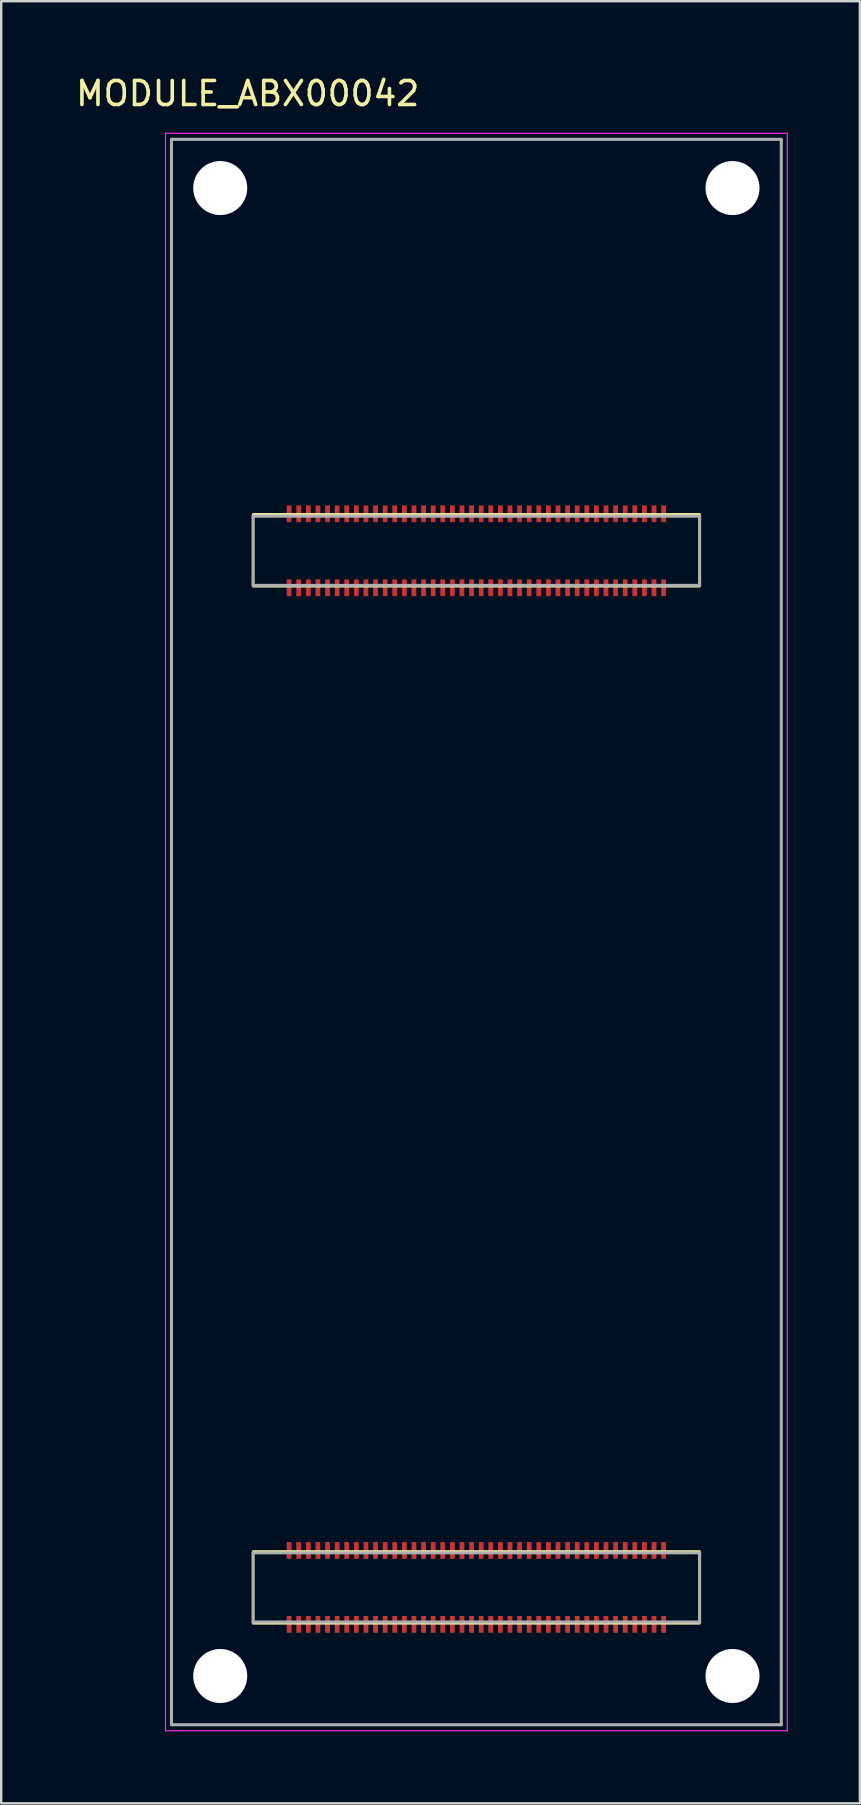
<source format=kicad_pcb>
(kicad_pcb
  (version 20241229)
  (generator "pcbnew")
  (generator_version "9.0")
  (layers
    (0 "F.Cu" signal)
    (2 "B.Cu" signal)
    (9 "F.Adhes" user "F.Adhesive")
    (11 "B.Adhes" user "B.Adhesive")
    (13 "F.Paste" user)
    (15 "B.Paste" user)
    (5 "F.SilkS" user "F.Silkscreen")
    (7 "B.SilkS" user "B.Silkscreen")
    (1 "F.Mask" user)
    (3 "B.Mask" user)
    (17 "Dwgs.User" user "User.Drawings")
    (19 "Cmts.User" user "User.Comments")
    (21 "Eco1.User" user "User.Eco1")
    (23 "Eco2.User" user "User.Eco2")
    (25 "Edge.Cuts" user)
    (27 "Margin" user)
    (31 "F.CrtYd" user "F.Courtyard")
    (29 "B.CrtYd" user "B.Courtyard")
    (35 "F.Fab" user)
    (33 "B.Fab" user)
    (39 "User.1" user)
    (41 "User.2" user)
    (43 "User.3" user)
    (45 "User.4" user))
  (footprint "MODULE_ABX00042"
    (layer "F.Cu")
    (at 16.793 35.773)
    (property "Reference" "MODULE_ABX00042" (at -9.525 -34.925 0) (layer "F.SilkS") (effects (font (size 1 1) (thickness 0.15))))
    (attr smd)
    (fp_rect (start -9.3 -17.4) (end 9.3 -14.4) (stroke (width 0.1) (type default)) (fill no) (layer "F.SilkS"))
    (fp_rect (start -9.3 25.8) (end 9.3 28.8) (stroke (width 0.1) (type default)) (fill no) (layer "F.SilkS"))
    (fp_line (start -12.95 -33.27) (end -12.95 33.27) (stroke (width 0.05) (type solid)) (layer "F.CrtYd"))
    (fp_line (start -12.95 33.27) (end 12.95 33.27) (stroke (width 0.05) (type solid)) (layer "F.CrtYd"))
    (fp_line (start 12.95 -33.27) (end -12.95 -33.27) (stroke (width 0.05) (type solid)) (layer "F.CrtYd"))
    (fp_line (start 12.95 33.27) (end 12.95 -33.27) (stroke (width 0.05) (type solid)) (layer "F.CrtYd"))
    (fp_line (start -12.7 -33.02) (end -12.7 33.02) (stroke (width 0.127) (type solid)) (layer "F.Fab"))
    (fp_line (start -12.7 33.02) (end 12.7 33.02) (stroke (width 0.127) (type solid)) (layer "F.Fab"))
    (fp_line (start -9.3 -17.32) (end -9.3 -14.44) (stroke (width 0.127) (type solid)) (layer "F.Fab"))
    (fp_line (start -9.3 -14.44) (end 9.3 -14.44) (stroke (width 0.127) (type solid)) (layer "F.Fab"))
    (fp_line (start -9.3 25.86) (end -9.3 28.74) (stroke (width 0.127) (type solid)) (layer "F.Fab"))
    (fp_line (start -9.3 28.74) (end 9.3 28.74) (stroke (width 0.127) (type solid)) (layer "F.Fab"))
    (fp_line (start 9.3 -17.32) (end -9.3 -17.32) (stroke (width 0.127) (type solid)) (layer "F.Fab"))
    (fp_line (start 9.3 -14.44) (end 9.3 -17.32) (stroke (width 0.127) (type solid)) (layer "F.Fab"))
    (fp_line (start 9.3 25.86) (end -9.3 25.86) (stroke (width 0.127) (type solid)) (layer "F.Fab"))
    (fp_line (start 9.3 28.74) (end 9.3 25.86) (stroke (width 0.127) (type solid)) (layer "F.Fab"))
    (fp_line (start 12.7 -33.02) (end -12.7 -33.02) (stroke (width 0.127) (type solid)) (layer "F.Fab"))
    (fp_line (start 12.7 33.02) (end 12.7 -33.02) (stroke (width 0.127) (type solid)) (layer "F.Fab"))
    (pad "" np_thru_hole circle (at -10.67 -30.99) (size 2.25 2.25) (drill 2.25) (layers "*.Cu" "*.Mask"))
    (pad "" np_thru_hole circle (at -10.67 30.99) (size 2.25 2.25) (drill 2.25) (layers "*.Cu" "*.Mask"))
    (pad "" np_thru_hole circle (at 10.67 -30.99) (size 2.25 2.25) (drill 2.25) (layers "*.Cu" "*.Mask"))
    (pad "" np_thru_hole circle (at 10.67 30.99) (size 2.25 2.25) (drill 2.25) (layers "*.Cu" "*.Mask"))
    (pad "J1_1" smd rect (at -7.8 -17.42) (size 0.2 0.7) (layers "F.Cu" "F.Mask" "F.Paste"))
    (pad "J1_2" smd rect (at -7.8 -14.34) (size 0.2 0.7) (layers "F.Cu" "F.Mask" "F.Paste"))
    (pad "J1_3" smd rect (at -7.4 -17.42) (size 0.2 0.7) (layers "F.Cu" "F.Mask" "F.Paste"))
    (pad "J1_4" smd rect (at -7.4 -14.34) (size 0.2 0.7) (layers "F.Cu" "F.Mask" "F.Paste"))
    (pad "J1_5" smd rect (at -7 -17.42) (size 0.2 0.7) (layers "F.Cu" "F.Mask" "F.Paste"))
    (pad "J1_6" smd rect (at -7 -14.34) (size 0.2 0.7) (layers "F.Cu" "F.Mask" "F.Paste"))
    (pad "J1_7" smd rect (at -6.6 -17.42) (size 0.2 0.7) (layers "F.Cu" "F.Mask" "F.Paste"))
    (pad "J1_8" smd rect (at -6.6 -14.34) (size 0.2 0.7) (layers "F.Cu" "F.Mask" "F.Paste"))
    (pad "J1_9" smd rect (at -6.2 -17.42) (size 0.2 0.7) (layers "F.Cu" "F.Mask" "F.Paste"))
    (pad "J1_10" smd rect (at -6.2 -14.34) (size 0.2 0.7) (layers "F.Cu" "F.Mask" "F.Paste"))
    (pad "J1_11" smd rect (at -5.8 -17.42) (size 0.2 0.7) (layers "F.Cu" "F.Mask" "F.Paste"))
    (pad "J1_12" smd rect (at -5.8 -14.34) (size 0.2 0.7) (layers "F.Cu" "F.Mask" "F.Paste"))
    (pad "J1_13" smd rect (at -5.4 -17.42) (size 0.2 0.7) (layers "F.Cu" "F.Mask" "F.Paste"))
    (pad "J1_14" smd rect (at -5.4 -14.34) (size 0.2 0.7) (layers "F.Cu" "F.Mask" "F.Paste"))
    (pad "J1_15" smd rect (at -5 -17.42) (size 0.2 0.7) (layers "F.Cu" "F.Mask" "F.Paste"))
    (pad "J1_16" smd rect (at -5 -14.34) (size 0.2 0.7) (layers "F.Cu" "F.Mask" "F.Paste"))
    (pad "J1_17" smd rect (at -4.6 -17.42) (size 0.2 0.7) (layers "F.Cu" "F.Mask" "F.Paste"))
    (pad "J1_18" smd rect (at -4.6 -14.34) (size 0.2 0.7) (layers "F.Cu" "F.Mask" "F.Paste"))
    (pad "J1_19" smd rect (at -4.2 -17.42) (size 0.2 0.7) (layers "F.Cu" "F.Mask" "F.Paste"))
    (pad "J1_20" smd rect (at -4.2 -14.34) (size 0.2 0.7) (layers "F.Cu" "F.Mask" "F.Paste"))
    (pad "J1_21" smd rect (at -3.8 -17.42) (size 0.2 0.7) (layers "F.Cu" "F.Mask" "F.Paste"))
    (pad "J1_22" smd rect (at -3.8 -14.34) (size 0.2 0.7) (layers "F.Cu" "F.Mask" "F.Paste"))
    (pad "J1_23" smd rect (at -3.4 -17.42) (size 0.2 0.7) (layers "F.Cu" "F.Mask" "F.Paste"))
    (pad "J1_24" smd rect (at -3.4 -14.34) (size 0.2 0.7) (layers "F.Cu" "F.Mask" "F.Paste"))
    (pad "J1_25" smd rect (at -3 -17.42) (size 0.2 0.7) (layers "F.Cu" "F.Mask" "F.Paste"))
    (pad "J1_26" smd rect (at -3 -14.34) (size 0.2 0.7) (layers "F.Cu" "F.Mask" "F.Paste"))
    (pad "J1_27" smd rect (at -2.6 -17.42) (size 0.2 0.7) (layers "F.Cu" "F.Mask" "F.Paste"))
    (pad "J1_28" smd rect (at -2.6 -14.34) (size 0.2 0.7) (layers "F.Cu" "F.Mask" "F.Paste"))
    (pad "J1_29" smd rect (at -2.2 -17.42) (size 0.2 0.7) (layers "F.Cu" "F.Mask" "F.Paste"))
    (pad "J1_30" smd rect (at -2.2 -14.34) (size 0.2 0.7) (layers "F.Cu" "F.Mask" "F.Paste"))
    (pad "J1_31" smd rect (at -1.8 -17.42) (size 0.2 0.7) (layers "F.Cu" "F.Mask" "F.Paste"))
    (pad "J1_32" smd rect (at -1.8 -14.34) (size 0.2 0.7) (layers "F.Cu" "F.Mask" "F.Paste"))
    (pad "J1_33" smd rect (at -1.4 -17.42) (size 0.2 0.7) (layers "F.Cu" "F.Mask" "F.Paste"))
    (pad "J1_34" smd rect (at -1.4 -14.34) (size 0.2 0.7) (layers "F.Cu" "F.Mask" "F.Paste"))
    (pad "J1_35" smd rect (at -1 -17.42) (size 0.2 0.7) (layers "F.Cu" "F.Mask" "F.Paste"))
    (pad "J1_36" smd rect (at -1 -14.34) (size 0.2 0.7) (layers "F.Cu" "F.Mask" "F.Paste"))
    (pad "J1_37" smd rect (at -0.6 -17.42) (size 0.2 0.7) (layers "F.Cu" "F.Mask" "F.Paste"))
    (pad "J1_38" smd rect (at -0.6 -14.34) (size 0.2 0.7) (layers "F.Cu" "F.Mask" "F.Paste"))
    (pad "J1_39" smd rect (at -0.2 -17.42) (size 0.2 0.7) (layers "F.Cu" "F.Mask" "F.Paste"))
    (pad "J1_40" smd rect (at -0.2 -14.34) (size 0.2 0.7) (layers "F.Cu" "F.Mask" "F.Paste"))
    (pad "J1_41" smd rect (at 0.2 -17.42) (size 0.2 0.7) (layers "F.Cu" "F.Mask" "F.Paste"))
    (pad "J1_42" smd rect (at 0.2 -14.34) (size 0.2 0.7) (layers "F.Cu" "F.Mask" "F.Paste"))
    (pad "J1_43" smd rect (at 0.6 -17.42) (size 0.2 0.7) (layers "F.Cu" "F.Mask" "F.Paste"))
    (pad "J1_44" smd rect (at 0.6 -14.34) (size 0.2 0.7) (layers "F.Cu" "F.Mask" "F.Paste"))
    (pad "J1_45" smd rect (at 1 -17.42) (size 0.2 0.7) (layers "F.Cu" "F.Mask" "F.Paste"))
    (pad "J1_46" smd rect (at 1 -14.34) (size 0.2 0.7) (layers "F.Cu" "F.Mask" "F.Paste"))
    (pad "J1_47" smd rect (at 1.4 -17.42) (size 0.2 0.7) (layers "F.Cu" "F.Mask" "F.Paste"))
    (pad "J1_48" smd rect (at 1.4 -14.34) (size 0.2 0.7) (layers "F.Cu" "F.Mask" "F.Paste"))
    (pad "J1_49" smd rect (at 1.8 -17.42) (size 0.2 0.7) (layers "F.Cu" "F.Mask" "F.Paste"))
    (pad "J1_50" smd rect (at 1.8 -14.34) (size 0.2 0.7) (layers "F.Cu" "F.Mask" "F.Paste"))
    (pad "J1_51" smd rect (at 2.2 -17.42) (size 0.2 0.7) (layers "F.Cu" "F.Mask" "F.Paste"))
    (pad "J1_52" smd rect (at 2.2 -14.34) (size 0.2 0.7) (layers "F.Cu" "F.Mask" "F.Paste"))
    (pad "J1_53" smd rect (at 2.6 -17.42) (size 0.2 0.7) (layers "F.Cu" "F.Mask" "F.Paste"))
    (pad "J1_54" smd rect (at 2.6 -14.34) (size 0.2 0.7) (layers "F.Cu" "F.Mask" "F.Paste"))
    (pad "J1_55" smd rect (at 3 -17.42) (size 0.2 0.7) (layers "F.Cu" "F.Mask" "F.Paste"))
    (pad "J1_56" smd rect (at 3 -14.34) (size 0.2 0.7) (layers "F.Cu" "F.Mask" "F.Paste"))
    (pad "J1_57" smd rect (at 3.4 -17.42) (size 0.2 0.7) (layers "F.Cu" "F.Mask" "F.Paste"))
    (pad "J1_58" smd rect (at 3.4 -14.34) (size 0.2 0.7) (layers "F.Cu" "F.Mask" "F.Paste"))
    (pad "J1_59" smd rect (at 3.8 -17.42) (size 0.2 0.7) (layers "F.Cu" "F.Mask" "F.Paste"))
    (pad "J1_60" smd rect (at 3.8 -14.34) (size 0.2 0.7) (layers "F.Cu" "F.Mask" "F.Paste"))
    (pad "J1_61" smd rect (at 4.2 -17.42) (size 0.2 0.7) (layers "F.Cu" "F.Mask" "F.Paste"))
    (pad "J1_62" smd rect (at 4.2 -14.34) (size 0.2 0.7) (layers "F.Cu" "F.Mask" "F.Paste"))
    (pad "J1_63" smd rect (at 4.6 -17.42) (size 0.2 0.7) (layers "F.Cu" "F.Mask" "F.Paste"))
    (pad "J1_64" smd rect (at 4.6 -14.34) (size 0.2 0.7) (layers "F.Cu" "F.Mask" "F.Paste"))
    (pad "J1_65" smd rect (at 5 -17.42) (size 0.2 0.7) (layers "F.Cu" "F.Mask" "F.Paste"))
    (pad "J1_66" smd rect (at 5 -14.34) (size 0.2 0.7) (layers "F.Cu" "F.Mask" "F.Paste"))
    (pad "J1_67" smd rect (at 5.4 -17.42) (size 0.2 0.7) (layers "F.Cu" "F.Mask" "F.Paste"))
    (pad "J1_68" smd rect (at 5.4 -14.34) (size 0.2 0.7) (layers "F.Cu" "F.Mask" "F.Paste"))
    (pad "J1_69" smd rect (at 5.8 -17.42) (size 0.2 0.7) (layers "F.Cu" "F.Mask" "F.Paste"))
    (pad "J1_70" smd rect (at 5.8 -14.34) (size 0.2 0.7) (layers "F.Cu" "F.Mask" "F.Paste"))
    (pad "J1_71" smd rect (at 6.2 -17.42) (size 0.2 0.7) (layers "F.Cu" "F.Mask" "F.Paste"))
    (pad "J1_72" smd rect (at 6.2 -14.34) (size 0.2 0.7) (layers "F.Cu" "F.Mask" "F.Paste"))
    (pad "J1_73" smd rect (at 6.6 -17.42) (size 0.2 0.7) (layers "F.Cu" "F.Mask" "F.Paste"))
    (pad "J1_74" smd rect (at 6.6 -14.34) (size 0.2 0.7) (layers "F.Cu" "F.Mask" "F.Paste"))
    (pad "J1_75" smd rect (at 7 -17.42) (size 0.2 0.7) (layers "F.Cu" "F.Mask" "F.Paste"))
    (pad "J1_76" smd rect (at 7 -14.34) (size 0.2 0.7) (layers "F.Cu" "F.Mask" "F.Paste"))
    (pad "J1_77" smd rect (at 7.4 -17.42) (size 0.2 0.7) (layers "F.Cu" "F.Mask" "F.Paste"))
    (pad "J1_78" smd rect (at 7.4 -14.34) (size 0.2 0.7) (layers "F.Cu" "F.Mask" "F.Paste"))
    (pad "J1_79" smd rect (at 7.8 -17.42) (size 0.2 0.7) (layers "F.Cu" "F.Mask" "F.Paste"))
    (pad "J1_80" smd rect (at 7.8 -14.34) (size 0.2 0.7) (layers "F.Cu" "F.Mask" "F.Paste"))
    (pad "J2_1" smd rect (at 7.8 28.84) (size 0.2 0.7) (layers "F.Cu" "F.Mask" "F.Paste"))
    (pad "J2_2" smd rect (at 7.8 25.76) (size 0.2 0.7) (layers "F.Cu" "F.Mask" "F.Paste"))
    (pad "J2_3" smd rect (at 7.4 28.84) (size 0.2 0.7) (layers "F.Cu" "F.Mask" "F.Paste"))
    (pad "J2_4" smd rect (at 7.4 25.76) (size 0.2 0.7) (layers "F.Cu" "F.Mask" "F.Paste"))
    (pad "J2_5" smd rect (at 7 28.84) (size 0.2 0.7) (layers "F.Cu" "F.Mask" "F.Paste"))
    (pad "J2_6" smd rect (at 7 25.76) (size 0.2 0.7) (layers "F.Cu" "F.Mask" "F.Paste"))
    (pad "J2_7" smd rect (at 6.6 28.84) (size 0.2 0.7) (layers "F.Cu" "F.Mask" "F.Paste"))
    (pad "J2_8" smd rect (at 6.6 25.76) (size 0.2 0.7) (layers "F.Cu" "F.Mask" "F.Paste"))
    (pad "J2_9" smd rect (at 6.2 28.84) (size 0.2 0.7) (layers "F.Cu" "F.Mask" "F.Paste"))
    (pad "J2_10" smd rect (at 6.2 25.76) (size 0.2 0.7) (layers "F.Cu" "F.Mask" "F.Paste"))
    (pad "J2_11" smd rect (at 5.8 28.84) (size 0.2 0.7) (layers "F.Cu" "F.Mask" "F.Paste"))
    (pad "J2_12" smd rect (at 5.8 25.76) (size 0.2 0.7) (layers "F.Cu" "F.Mask" "F.Paste"))
    (pad "J2_13" smd rect (at 5.4 28.84) (size 0.2 0.7) (layers "F.Cu" "F.Mask" "F.Paste"))
    (pad "J2_14" smd rect (at 5.4 25.76) (size 0.2 0.7) (layers "F.Cu" "F.Mask" "F.Paste"))
    (pad "J2_15" smd rect (at 5 28.84) (size 0.2 0.7) (layers "F.Cu" "F.Mask" "F.Paste"))
    (pad "J2_16" smd rect (at 5 25.76) (size 0.2 0.7) (layers "F.Cu" "F.Mask" "F.Paste"))
    (pad "J2_17" smd rect (at 4.6 28.84) (size 0.2 0.7) (layers "F.Cu" "F.Mask" "F.Paste"))
    (pad "J2_18" smd rect (at 4.6 25.76) (size 0.2 0.7) (layers "F.Cu" "F.Mask" "F.Paste"))
    (pad "J2_19" smd rect (at 4.2 28.84) (size 0.2 0.7) (layers "F.Cu" "F.Mask" "F.Paste"))
    (pad "J2_20" smd rect (at 4.2 25.76) (size 0.2 0.7) (layers "F.Cu" "F.Mask" "F.Paste"))
    (pad "J2_21" smd rect (at 3.8 28.84) (size 0.2 0.7) (layers "F.Cu" "F.Mask" "F.Paste"))
    (pad "J2_22" smd rect (at 3.8 25.76) (size 0.2 0.7) (layers "F.Cu" "F.Mask" "F.Paste"))
    (pad "J2_23" smd rect (at 3.4 28.84) (size 0.2 0.7) (layers "F.Cu" "F.Mask" "F.Paste"))
    (pad "J2_24" smd rect (at 3.4 25.76) (size 0.2 0.7) (layers "F.Cu" "F.Mask" "F.Paste"))
    (pad "J2_25" smd rect (at 3 28.84) (size 0.2 0.7) (layers "F.Cu" "F.Mask" "F.Paste"))
    (pad "J2_26" smd rect (at 3 25.76) (size 0.2 0.7) (layers "F.Cu" "F.Mask" "F.Paste"))
    (pad "J2_27" smd rect (at 2.6 28.84) (size 0.2 0.7) (layers "F.Cu" "F.Mask" "F.Paste"))
    (pad "J2_28" smd rect (at 2.6 25.76) (size 0.2 0.7) (layers "F.Cu" "F.Mask" "F.Paste"))
    (pad "J2_29" smd rect (at 2.2 28.84) (size 0.2 0.7) (layers "F.Cu" "F.Mask" "F.Paste"))
    (pad "J2_30" smd rect (at 2.2 25.76) (size 0.2 0.7) (layers "F.Cu" "F.Mask" "F.Paste"))
    (pad "J2_31" smd rect (at 1.8 28.84) (size 0.2 0.7) (layers "F.Cu" "F.Mask" "F.Paste"))
    (pad "J2_32" smd rect (at 1.8 25.76) (size 0.2 0.7) (layers "F.Cu" "F.Mask" "F.Paste"))
    (pad "J2_33" smd rect (at 1.4 28.84) (size 0.2 0.7) (layers "F.Cu" "F.Mask" "F.Paste"))
    (pad "J2_34" smd rect (at 1.4 25.76) (size 0.2 0.7) (layers "F.Cu" "F.Mask" "F.Paste"))
    (pad "J2_35" smd rect (at 1 28.84) (size 0.2 0.7) (layers "F.Cu" "F.Mask" "F.Paste"))
    (pad "J2_36" smd rect (at 1 25.76) (size 0.2 0.7) (layers "F.Cu" "F.Mask" "F.Paste"))
    (pad "J2_37" smd rect (at 0.6 28.84) (size 0.2 0.7) (layers "F.Cu" "F.Mask" "F.Paste"))
    (pad "J2_38" smd rect (at 0.6 25.76) (size 0.2 0.7) (layers "F.Cu" "F.Mask" "F.Paste"))
    (pad "J2_39" smd rect (at 0.2 28.84) (size 0.2 0.7) (layers "F.Cu" "F.Mask" "F.Paste"))
    (pad "J2_40" smd rect (at 0.2 25.76) (size 0.2 0.7) (layers "F.Cu" "F.Mask" "F.Paste"))
    (pad "J2_41" smd rect (at -0.2 28.84) (size 0.2 0.7) (layers "F.Cu" "F.Mask" "F.Paste"))
    (pad "J2_42" smd rect (at -0.2 25.76) (size 0.2 0.7) (layers "F.Cu" "F.Mask" "F.Paste"))
    (pad "J2_43" smd rect (at -0.6 28.84) (size 0.2 0.7) (layers "F.Cu" "F.Mask" "F.Paste"))
    (pad "J2_44" smd rect (at -0.6 25.76) (size 0.2 0.7) (layers "F.Cu" "F.Mask" "F.Paste"))
    (pad "J2_45" smd rect (at -1 28.84) (size 0.2 0.7) (layers "F.Cu" "F.Mask" "F.Paste"))
    (pad "J2_46" smd rect (at -1 25.76) (size 0.2 0.7) (layers "F.Cu" "F.Mask" "F.Paste"))
    (pad "J2_47" smd rect (at -1.4 28.84) (size 0.2 0.7) (layers "F.Cu" "F.Mask" "F.Paste"))
    (pad "J2_48" smd rect (at -1.4 25.76) (size 0.2 0.7) (layers "F.Cu" "F.Mask" "F.Paste"))
    (pad "J2_49" smd rect (at -1.8 28.84) (size 0.2 0.7) (layers "F.Cu" "F.Mask" "F.Paste"))
    (pad "J2_50" smd rect (at -1.8 25.76) (size 0.2 0.7) (layers "F.Cu" "F.Mask" "F.Paste"))
    (pad "J2_51" smd rect (at -2.2 28.84) (size 0.2 0.7) (layers "F.Cu" "F.Mask" "F.Paste"))
    (pad "J2_52" smd rect (at -2.2 25.76) (size 0.2 0.7) (layers "F.Cu" "F.Mask" "F.Paste"))
    (pad "J2_53" smd rect (at -2.6 28.84) (size 0.2 0.7) (layers "F.Cu" "F.Mask" "F.Paste"))
    (pad "J2_54" smd rect (at -2.6 25.76) (size 0.2 0.7) (layers "F.Cu" "F.Mask" "F.Paste"))
    (pad "J2_55" smd rect (at -3 28.84) (size 0.2 0.7) (layers "F.Cu" "F.Mask" "F.Paste"))
    (pad "J2_56" smd rect (at -3 25.76) (size 0.2 0.7) (layers "F.Cu" "F.Mask" "F.Paste"))
    (pad "J2_57" smd rect (at -3.4 28.84) (size 0.2 0.7) (layers "F.Cu" "F.Mask" "F.Paste"))
    (pad "J2_58" smd rect (at -3.4 25.76) (size 0.2 0.7) (layers "F.Cu" "F.Mask" "F.Paste"))
    (pad "J2_59" smd rect (at -3.8 28.84) (size 0.2 0.7) (layers "F.Cu" "F.Mask" "F.Paste"))
    (pad "J2_60" smd rect (at -3.8 25.76) (size 0.2 0.7) (layers "F.Cu" "F.Mask" "F.Paste"))
    (pad "J2_61" smd rect (at -4.2 28.84) (size 0.2 0.7) (layers "F.Cu" "F.Mask" "F.Paste"))
    (pad "J2_62" smd rect (at -4.2 25.76) (size 0.2 0.7) (layers "F.Cu" "F.Mask" "F.Paste"))
    (pad "J2_63" smd rect (at -4.6 28.84) (size 0.2 0.7) (layers "F.Cu" "F.Mask" "F.Paste"))
    (pad "J2_64" smd rect (at -4.6 25.76) (size 0.2 0.7) (layers "F.Cu" "F.Mask" "F.Paste"))
    (pad "J2_65" smd rect (at -5 28.84) (size 0.2 0.7) (layers "F.Cu" "F.Mask" "F.Paste"))
    (pad "J2_66" smd rect (at -5 25.76) (size 0.2 0.7) (layers "F.Cu" "F.Mask" "F.Paste"))
    (pad "J2_67" smd rect (at -5.4 28.84) (size 0.2 0.7) (layers "F.Cu" "F.Mask" "F.Paste"))
    (pad "J2_68" smd rect (at -5.4 25.76) (size 0.2 0.7) (layers "F.Cu" "F.Mask" "F.Paste"))
    (pad "J2_69" smd rect (at -5.8 28.84) (size 0.2 0.7) (layers "F.Cu" "F.Mask" "F.Paste"))
    (pad "J2_70" smd rect (at -5.8 25.76) (size 0.2 0.7) (layers "F.Cu" "F.Mask" "F.Paste"))
    (pad "J2_71" smd rect (at -6.2 28.84) (size 0.2 0.7) (layers "F.Cu" "F.Mask" "F.Paste"))
    (pad "J2_72" smd rect (at -6.2 25.76) (size 0.2 0.7) (layers "F.Cu" "F.Mask" "F.Paste"))
    (pad "J2_73" smd rect (at -6.6 28.84) (size 0.2 0.7) (layers "F.Cu" "F.Mask" "F.Paste"))
    (pad "J2_74" smd rect (at -6.6 25.76) (size 0.2 0.7) (layers "F.Cu" "F.Mask" "F.Paste"))
    (pad "J2_75" smd rect (at -7 28.84) (size 0.2 0.7) (layers "F.Cu" "F.Mask" "F.Paste"))
    (pad "J2_76" smd rect (at -7 25.76) (size 0.2 0.7) (layers "F.Cu" "F.Mask" "F.Paste"))
    (pad "J2_77" smd rect (at -7.4 28.84) (size 0.2 0.7) (layers "F.Cu" "F.Mask" "F.Paste"))
    (pad "J2_78" smd rect (at -7.4 25.76) (size 0.2 0.7) (layers "F.Cu" "F.Mask" "F.Paste"))
    (pad "J2_79" smd rect (at -7.8 28.84) (size 0.2 0.7) (layers "F.Cu" "F.Mask" "F.Paste"))
    (pad "J2_80" smd rect (at -7.8 25.76) (size 0.2 0.7) (layers "F.Cu" "F.Mask" "F.Paste"))
    (zone (net_name "") (layer "F.Cu") (hatch full 0.508) (connect_pads) (min_thickness 0.01) (filled_areas_thickness no) (keepout (tracks not_allowed) (vias not_allowed) (pads not_allowed) (copperpour not_allowed) (footprints allowed)) (placement (enabled no)) (fill) (polygon (pts (xy 8.893 18.703) (xy 9.093 18.703) (xy 9.093 19.143) (xy 8.893 19.143))))
    (zone (net_name "") (layer "F.Cu") (hatch full 0.508) (connect_pads) (min_thickness 0.01) (filled_areas_thickness no) (keepout (tracks not_allowed) (vias not_allowed) (pads not_allowed) (copperpour not_allowed) (footprints allowed)) (placement (enabled no)) (fill) (polygon (pts (xy 8.893 20.643) (xy 9.093 20.643) (xy 9.093 21.083) (xy 8.893 21.083))))
    (zone (net_name "") (layer "F.Cu") (hatch full 0.508) (connect_pads) (min_thickness 0.01) (filled_areas_thickness no) (keepout (tracks not_allowed) (vias not_allowed) (pads not_allowed) (copperpour not_allowed) (footprints allowed)) (placement (enabled no)) (fill) (polygon (pts (xy 8.893 61.883) (xy 9.093 61.883) (xy 9.093 62.323) (xy 8.893 62.323))))
    (zone (net_name "") (layer "F.Cu") (hatch full 0.508) (connect_pads) (min_thickness 0.01) (filled_areas_thickness no) (keepout (tracks not_allowed) (vias not_allowed) (pads not_allowed) (copperpour not_allowed) (footprints allowed)) (placement (enabled no)) (fill) (polygon (pts (xy 8.893 63.823) (xy 9.093 63.823) (xy 9.093 64.263) (xy 8.893 64.263))))
    (zone (net_name "") (layer "F.Cu") (hatch full 0.508) (connect_pads) (min_thickness 0.01) (filled_areas_thickness no) (keepout (tracks not_allowed) (vias not_allowed) (pads not_allowed) (copperpour not_allowed) (footprints allowed)) (placement (enabled no)) (fill) (polygon (pts (xy 9.293 18.703) (xy 9.493 18.703) (xy 9.493 19.143) (xy 9.293 19.143))))
    (zone (net_name "") (layer "F.Cu") (hatch full 0.508) (connect_pads) (min_thickness 0.01) (filled_areas_thickness no) (keepout (tracks not_allowed) (vias not_allowed) (pads not_allowed) (copperpour not_allowed) (footprints allowed)) (placement (enabled no)) (fill) (polygon (pts (xy 9.293 20.643) (xy 9.493 20.643) (xy 9.493 21.083) (xy 9.293 21.083))))
    (zone (net_name "") (layer "F.Cu") (hatch full 0.508) (connect_pads) (min_thickness 0.01) (filled_areas_thickness no) (keepout (tracks not_allowed) (vias not_allowed) (pads not_allowed) (copperpour not_allowed) (footprints allowed)) (placement (enabled no)) (fill) (polygon (pts (xy 9.293 61.883) (xy 9.493 61.883) (xy 9.493 62.323) (xy 9.293 62.323))))
    (zone (net_name "") (layer "F.Cu") (hatch full 0.508) (connect_pads) (min_thickness 0.01) (filled_areas_thickness no) (keepout (tracks not_allowed) (vias not_allowed) (pads not_allowed) (copperpour not_allowed) (footprints allowed)) (placement (enabled no)) (fill) (polygon (pts (xy 9.293 63.823) (xy 9.493 63.823) (xy 9.493 64.263) (xy 9.293 64.263))))
    (zone (net_name "") (layer "F.Cu") (hatch full 0.508) (connect_pads) (min_thickness 0.01) (filled_areas_thickness no) (keepout (tracks not_allowed) (vias not_allowed) (pads not_allowed) (copperpour not_allowed) (footprints allowed)) (placement (enabled no)) (fill) (polygon (pts (xy 9.693 18.703) (xy 9.893 18.703) (xy 9.893 19.143) (xy 9.693 19.143))))
    (zone (net_name "") (layer "F.Cu") (hatch full 0.508) (connect_pads) (min_thickness 0.01) (filled_areas_thickness no) (keepout (tracks not_allowed) (vias not_allowed) (pads not_allowed) (copperpour not_allowed) (footprints allowed)) (placement (enabled no)) (fill) (polygon (pts (xy 9.693 20.643) (xy 9.893 20.643) (xy 9.893 21.083) (xy 9.693 21.083))))
    (zone (net_name "") (layer "F.Cu") (hatch full 0.508) (connect_pads) (min_thickness 0.01) (filled_areas_thickness no) (keepout (tracks not_allowed) (vias not_allowed) (pads not_allowed) (copperpour not_allowed) (footprints allowed)) (placement (enabled no)) (fill) (polygon (pts (xy 9.693 61.883) (xy 9.893 61.883) (xy 9.893 62.323) (xy 9.693 62.323))))
    (zone (net_name "") (layer "F.Cu") (hatch full 0.508) (connect_pads) (min_thickness 0.01) (filled_areas_thickness no) (keepout (tracks not_allowed) (vias not_allowed) (pads not_allowed) (copperpour not_allowed) (footprints allowed)) (placement (enabled no)) (fill) (polygon (pts (xy 9.693 63.823) (xy 9.893 63.823) (xy 9.893 64.263) (xy 9.693 64.263))))
    (zone (net_name "") (layer "F.Cu") (hatch full 0.508) (connect_pads) (min_thickness 0.01) (filled_areas_thickness no) (keepout (tracks not_allowed) (vias not_allowed) (pads not_allowed) (copperpour not_allowed) (footprints allowed)) (placement (enabled no)) (fill) (polygon (pts (xy 10.093 18.703) (xy 10.293 18.703) (xy 10.293 19.143) (xy 10.093 19.143))))
    (zone (net_name "") (layer "F.Cu") (hatch full 0.508) (connect_pads) (min_thickness 0.01) (filled_areas_thickness no) (keepout (tracks not_allowed) (vias not_allowed) (pads not_allowed) (copperpour not_allowed) (footprints allowed)) (placement (enabled no)) (fill) (polygon (pts (xy 10.093 20.643) (xy 10.293 20.643) (xy 10.293 21.083) (xy 10.093 21.083))))
    (zone (net_name "") (layer "F.Cu") (hatch full 0.508) (connect_pads) (min_thickness 0.01) (filled_areas_thickness no) (keepout (tracks not_allowed) (vias not_allowed) (pads not_allowed) (copperpour not_allowed) (footprints allowed)) (placement (enabled no)) (fill) (polygon (pts (xy 10.093 61.883) (xy 10.293 61.883) (xy 10.293 62.323) (xy 10.093 62.323))))
    (zone (net_name "") (layer "F.Cu") (hatch full 0.508) (connect_pads) (min_thickness 0.01) (filled_areas_thickness no) (keepout (tracks not_allowed) (vias not_allowed) (pads not_allowed) (copperpour not_allowed) (footprints allowed)) (placement (enabled no)) (fill) (polygon (pts (xy 10.093 63.823) (xy 10.293 63.823) (xy 10.293 64.263) (xy 10.093 64.263))))
    (zone (net_name "") (layer "F.Cu") (hatch full 0.508) (connect_pads) (min_thickness 0.01) (filled_areas_thickness no) (keepout (tracks not_allowed) (vias not_allowed) (pads not_allowed) (copperpour not_allowed) (footprints allowed)) (placement (enabled no)) (fill) (polygon (pts (xy 10.493 18.703) (xy 10.693 18.703) (xy 10.693 19.143) (xy 10.493 19.143))))
    (zone (net_name "") (layer "F.Cu") (hatch full 0.508) (connect_pads) (min_thickness 0.01) (filled_areas_thickness no) (keepout (tracks not_allowed) (vias not_allowed) (pads not_allowed) (copperpour not_allowed) (footprints allowed)) (placement (enabled no)) (fill) (polygon (pts (xy 10.493 20.643) (xy 10.693 20.643) (xy 10.693 21.083) (xy 10.493 21.083))))
    (zone (net_name "") (layer "F.Cu") (hatch full 0.508) (connect_pads) (min_thickness 0.01) (filled_areas_thickness no) (keepout (tracks not_allowed) (vias not_allowed) (pads not_allowed) (copperpour not_allowed) (footprints allowed)) (placement (enabled no)) (fill) (polygon (pts (xy 10.493 61.883) (xy 10.693 61.883) (xy 10.693 62.323) (xy 10.493 62.323))))
    (zone (net_name "") (layer "F.Cu") (hatch full 0.508) (connect_pads) (min_thickness 0.01) (filled_areas_thickness no) (keepout (tracks not_allowed) (vias not_allowed) (pads not_allowed) (copperpour not_allowed) (footprints allowed)) (placement (enabled no)) (fill) (polygon (pts (xy 10.493 63.823) (xy 10.693 63.823) (xy 10.693 64.263) (xy 10.493 64.263))))
    (zone (net_name "") (layer "F.Cu") (hatch full 0.508) (connect_pads) (min_thickness 0.01) (filled_areas_thickness no) (keepout (tracks not_allowed) (vias not_allowed) (pads not_allowed) (copperpour not_allowed) (footprints allowed)) (placement (enabled no)) (fill) (polygon (pts (xy 10.893 18.703) (xy 11.093 18.703) (xy 11.093 19.143) (xy 10.893 19.143))))
    (zone (net_name "") (layer "F.Cu") (hatch full 0.508) (connect_pads) (min_thickness 0.01) (filled_areas_thickness no) (keepout (tracks not_allowed) (vias not_allowed) (pads not_allowed) (copperpour not_allowed) (footprints allowed)) (placement (enabled no)) (fill) (polygon (pts (xy 10.893 20.643) (xy 11.093 20.643) (xy 11.093 21.083) (xy 10.893 21.083))))
    (zone (net_name "") (layer "F.Cu") (hatch full 0.508) (connect_pads) (min_thickness 0.01) (filled_areas_thickness no) (keepout (tracks not_allowed) (vias not_allowed) (pads not_allowed) (copperpour not_allowed) (footprints allowed)) (placement (enabled no)) (fill) (polygon (pts (xy 10.893 61.883) (xy 11.093 61.883) (xy 11.093 62.323) (xy 10.893 62.323))))
    (zone (net_name "") (layer "F.Cu") (hatch full 0.508) (connect_pads) (min_thickness 0.01) (filled_areas_thickness no) (keepout (tracks not_allowed) (vias not_allowed) (pads not_allowed) (copperpour not_allowed) (footprints allowed)) (placement (enabled no)) (fill) (polygon (pts (xy 10.893 63.823) (xy 11.093 63.823) (xy 11.093 64.263) (xy 10.893 64.263))))
    (zone (net_name "") (layer "F.Cu") (hatch full 0.508) (connect_pads) (min_thickness 0.01) (filled_areas_thickness no) (keepout (tracks not_allowed) (vias not_allowed) (pads not_allowed) (copperpour not_allowed) (footprints allowed)) (placement (enabled no)) (fill) (polygon (pts (xy 11.293 18.703) (xy 11.493 18.703) (xy 11.493 19.143) (xy 11.293 19.143))))
    (zone (net_name "") (layer "F.Cu") (hatch full 0.508) (connect_pads) (min_thickness 0.01) (filled_areas_thickness no) (keepout (tracks not_allowed) (vias not_allowed) (pads not_allowed) (copperpour not_allowed) (footprints allowed)) (placement (enabled no)) (fill) (polygon (pts (xy 11.293 20.643) (xy 11.493 20.643) (xy 11.493 21.083) (xy 11.293 21.083))))
    (zone (net_name "") (layer "F.Cu") (hatch full 0.508) (connect_pads) (min_thickness 0.01) (filled_areas_thickness no) (keepout (tracks not_allowed) (vias not_allowed) (pads not_allowed) (copperpour not_allowed) (footprints allowed)) (placement (enabled no)) (fill) (polygon (pts (xy 11.293 61.883) (xy 11.493 61.883) (xy 11.493 62.323) (xy 11.293 62.323))))
    (zone (net_name "") (layer "F.Cu") (hatch full 0.508) (connect_pads) (min_thickness 0.01) (filled_areas_thickness no) (keepout (tracks not_allowed) (vias not_allowed) (pads not_allowed) (copperpour not_allowed) (footprints allowed)) (placement (enabled no)) (fill) (polygon (pts (xy 11.293 63.823) (xy 11.493 63.823) (xy 11.493 64.263) (xy 11.293 64.263))))
    (zone (net_name "") (layer "F.Cu") (hatch full 0.508) (connect_pads) (min_thickness 0.01) (filled_areas_thickness no) (keepout (tracks not_allowed) (vias not_allowed) (pads not_allowed) (copperpour not_allowed) (footprints allowed)) (placement (enabled no)) (fill) (polygon (pts (xy 11.693 18.703) (xy 11.893 18.703) (xy 11.893 19.143) (xy 11.693 19.143))))
    (zone (net_name "") (layer "F.Cu") (hatch full 0.508) (connect_pads) (min_thickness 0.01) (filled_areas_thickness no) (keepout (tracks not_allowed) (vias not_allowed) (pads not_allowed) (copperpour not_allowed) (footprints allowed)) (placement (enabled no)) (fill) (polygon (pts (xy 11.693 20.643) (xy 11.893 20.643) (xy 11.893 21.083) (xy 11.693 21.083))))
    (zone (net_name "") (layer "F.Cu") (hatch full 0.508) (connect_pads) (min_thickness 0.01) (filled_areas_thickness no) (keepout (tracks not_allowed) (vias not_allowed) (pads not_allowed) (copperpour not_allowed) (footprints allowed)) (placement (enabled no)) (fill) (polygon (pts (xy 11.693 61.883) (xy 11.893 61.883) (xy 11.893 62.323) (xy 11.693 62.323))))
    (zone (net_name "") (layer "F.Cu") (hatch full 0.508) (connect_pads) (min_thickness 0.01) (filled_areas_thickness no) (keepout (tracks not_allowed) (vias not_allowed) (pads not_allowed) (copperpour not_allowed) (footprints allowed)) (placement (enabled no)) (fill) (polygon (pts (xy 11.693 63.823) (xy 11.893 63.823) (xy 11.893 64.263) (xy 11.693 64.263))))
    (zone (net_name "") (layer "F.Cu") (hatch full 0.508) (connect_pads) (min_thickness 0.01) (filled_areas_thickness no) (keepout (tracks not_allowed) (vias not_allowed) (pads not_allowed) (copperpour not_allowed) (footprints allowed)) (placement (enabled no)) (fill) (polygon (pts (xy 12.093 18.703) (xy 12.293 18.703) (xy 12.293 19.143) (xy 12.093 19.143))))
    (zone (net_name "") (layer "F.Cu") (hatch full 0.508) (connect_pads) (min_thickness 0.01) (filled_areas_thickness no) (keepout (tracks not_allowed) (vias not_allowed) (pads not_allowed) (copperpour not_allowed) (footprints allowed)) (placement (enabled no)) (fill) (polygon (pts (xy 12.093 20.643) (xy 12.293 20.643) (xy 12.293 21.083) (xy 12.093 21.083))))
    (zone (net_name "") (layer "F.Cu") (hatch full 0.508) (connect_pads) (min_thickness 0.01) (filled_areas_thickness no) (keepout (tracks not_allowed) (vias not_allowed) (pads not_allowed) (copperpour not_allowed) (footprints allowed)) (placement (enabled no)) (fill) (polygon (pts (xy 12.093 61.883) (xy 12.293 61.883) (xy 12.293 62.323) (xy 12.093 62.323))))
    (zone (net_name "") (layer "F.Cu") (hatch full 0.508) (connect_pads) (min_thickness 0.01) (filled_areas_thickness no) (keepout (tracks not_allowed) (vias not_allowed) (pads not_allowed) (copperpour not_allowed) (footprints allowed)) (placement (enabled no)) (fill) (polygon (pts (xy 12.093 63.823) (xy 12.293 63.823) (xy 12.293 64.263) (xy 12.093 64.263))))
    (zone (net_name "") (layer "F.Cu") (hatch full 0.508) (connect_pads) (min_thickness 0.01) (filled_areas_thickness no) (keepout (tracks not_allowed) (vias not_allowed) (pads not_allowed) (copperpour not_allowed) (footprints allowed)) (placement (enabled no)) (fill) (polygon (pts (xy 12.493 18.703) (xy 12.693 18.703) (xy 12.693 19.143) (xy 12.493 19.143))))
    (zone (net_name "") (layer "F.Cu") (hatch full 0.508) (connect_pads) (min_thickness 0.01) (filled_areas_thickness no) (keepout (tracks not_allowed) (vias not_allowed) (pads not_allowed) (copperpour not_allowed) (footprints allowed)) (placement (enabled no)) (fill) (polygon (pts (xy 12.493 20.643) (xy 12.693 20.643) (xy 12.693 21.083) (xy 12.493 21.083))))
    (zone (net_name "") (layer "F.Cu") (hatch full 0.508) (connect_pads) (min_thickness 0.01) (filled_areas_thickness no) (keepout (tracks not_allowed) (vias not_allowed) (pads not_allowed) (copperpour not_allowed) (footprints allowed)) (placement (enabled no)) (fill) (polygon (pts (xy 12.493 61.883) (xy 12.693 61.883) (xy 12.693 62.323) (xy 12.493 62.323))))
    (zone (net_name "") (layer "F.Cu") (hatch full 0.508) (connect_pads) (min_thickness 0.01) (filled_areas_thickness no) (keepout (tracks not_allowed) (vias not_allowed) (pads not_allowed) (copperpour not_allowed) (footprints allowed)) (placement (enabled no)) (fill) (polygon (pts (xy 12.493 63.823) (xy 12.693 63.823) (xy 12.693 64.263) (xy 12.493 64.263))))
    (zone (net_name "") (layer "F.Cu") (hatch full 0.508) (connect_pads) (min_thickness 0.01) (filled_areas_thickness no) (keepout (tracks not_allowed) (vias not_allowed) (pads not_allowed) (copperpour not_allowed) (footprints allowed)) (placement (enabled no)) (fill) (polygon (pts (xy 12.893 18.703) (xy 13.093 18.703) (xy 13.093 19.143) (xy 12.893 19.143))))
    (zone (net_name "") (layer "F.Cu") (hatch full 0.508) (connect_pads) (min_thickness 0.01) (filled_areas_thickness no) (keepout (tracks not_allowed) (vias not_allowed) (pads not_allowed) (copperpour not_allowed) (footprints allowed)) (placement (enabled no)) (fill) (polygon (pts (xy 12.893 20.643) (xy 13.093 20.643) (xy 13.093 21.083) (xy 12.893 21.083))))
    (zone (net_name "") (layer "F.Cu") (hatch full 0.508) (connect_pads) (min_thickness 0.01) (filled_areas_thickness no) (keepout (tracks not_allowed) (vias not_allowed) (pads not_allowed) (copperpour not_allowed) (footprints allowed)) (placement (enabled no)) (fill) (polygon (pts (xy 12.893 61.883) (xy 13.093 61.883) (xy 13.093 62.323) (xy 12.893 62.323))))
    (zone (net_name "") (layer "F.Cu") (hatch full 0.508) (connect_pads) (min_thickness 0.01) (filled_areas_thickness no) (keepout (tracks not_allowed) (vias not_allowed) (pads not_allowed) (copperpour not_allowed) (footprints allowed)) (placement (enabled no)) (fill) (polygon (pts (xy 12.893 63.823) (xy 13.093 63.823) (xy 13.093 64.263) (xy 12.893 64.263))))
    (zone (net_name "") (layer "F.Cu") (hatch full 0.508) (connect_pads) (min_thickness 0.01) (filled_areas_thickness no) (keepout (tracks not_allowed) (vias not_allowed) (pads not_allowed) (copperpour not_allowed) (footprints allowed)) (placement (enabled no)) (fill) (polygon (pts (xy 13.293 18.703) (xy 13.493 18.703) (xy 13.493 19.143) (xy 13.293 19.143))))
    (zone (net_name "") (layer "F.Cu") (hatch full 0.508) (connect_pads) (min_thickness 0.01) (filled_areas_thickness no) (keepout (tracks not_allowed) (vias not_allowed) (pads not_allowed) (copperpour not_allowed) (footprints allowed)) (placement (enabled no)) (fill) (polygon (pts (xy 13.293 20.643) (xy 13.493 20.643) (xy 13.493 21.083) (xy 13.293 21.083))))
    (zone (net_name "") (layer "F.Cu") (hatch full 0.508) (connect_pads) (min_thickness 0.01) (filled_areas_thickness no) (keepout (tracks not_allowed) (vias not_allowed) (pads not_allowed) (copperpour not_allowed) (footprints allowed)) (placement (enabled no)) (fill) (polygon (pts (xy 13.293 61.883) (xy 13.493 61.883) (xy 13.493 62.323) (xy 13.293 62.323))))
    (zone (net_name "") (layer "F.Cu") (hatch full 0.508) (connect_pads) (min_thickness 0.01) (filled_areas_thickness no) (keepout (tracks not_allowed) (vias not_allowed) (pads not_allowed) (copperpour not_allowed) (footprints allowed)) (placement (enabled no)) (fill) (polygon (pts (xy 13.293 63.823) (xy 13.493 63.823) (xy 13.493 64.263) (xy 13.293 64.263))))
    (zone (net_name "") (layer "F.Cu") (hatch full 0.508) (connect_pads) (min_thickness 0.01) (filled_areas_thickness no) (keepout (tracks not_allowed) (vias not_allowed) (pads not_allowed) (copperpour not_allowed) (footprints allowed)) (placement (enabled no)) (fill) (polygon (pts (xy 13.693 18.703) (xy 13.893 18.703) (xy 13.893 19.143) (xy 13.693 19.143))))
    (zone (net_name "") (layer "F.Cu") (hatch full 0.508) (connect_pads) (min_thickness 0.01) (filled_areas_thickness no) (keepout (tracks not_allowed) (vias not_allowed) (pads not_allowed) (copperpour not_allowed) (footprints allowed)) (placement (enabled no)) (fill) (polygon (pts (xy 13.693 20.643) (xy 13.893 20.643) (xy 13.893 21.083) (xy 13.693 21.083))))
    (zone (net_name "") (layer "F.Cu") (hatch full 0.508) (connect_pads) (min_thickness 0.01) (filled_areas_thickness no) (keepout (tracks not_allowed) (vias not_allowed) (pads not_allowed) (copperpour not_allowed) (footprints allowed)) (placement (enabled no)) (fill) (polygon (pts (xy 13.693 61.883) (xy 13.893 61.883) (xy 13.893 62.323) (xy 13.693 62.323))))
    (zone (net_name "") (layer "F.Cu") (hatch full 0.508) (connect_pads) (min_thickness 0.01) (filled_areas_thickness no) (keepout (tracks not_allowed) (vias not_allowed) (pads not_allowed) (copperpour not_allowed) (footprints allowed)) (placement (enabled no)) (fill) (polygon (pts (xy 13.693 63.823) (xy 13.893 63.823) (xy 13.893 64.263) (xy 13.693 64.263))))
    (zone (net_name "") (layer "F.Cu") (hatch full 0.508) (connect_pads) (min_thickness 0.01) (filled_areas_thickness no) (keepout (tracks not_allowed) (vias not_allowed) (pads not_allowed) (copperpour not_allowed) (footprints allowed)) (placement (enabled no)) (fill) (polygon (pts (xy 14.093 18.703) (xy 14.293 18.703) (xy 14.293 19.143) (xy 14.093 19.143))))
    (zone (net_name "") (layer "F.Cu") (hatch full 0.508) (connect_pads) (min_thickness 0.01) (filled_areas_thickness no) (keepout (tracks not_allowed) (vias not_allowed) (pads not_allowed) (copperpour not_allowed) (footprints allowed)) (placement (enabled no)) (fill) (polygon (pts (xy 14.093 20.643) (xy 14.293 20.643) (xy 14.293 21.083) (xy 14.093 21.083))))
    (zone (net_name "") (layer "F.Cu") (hatch full 0.508) (connect_pads) (min_thickness 0.01) (filled_areas_thickness no) (keepout (tracks not_allowed) (vias not_allowed) (pads not_allowed) (copperpour not_allowed) (footprints allowed)) (placement (enabled no)) (fill) (polygon (pts (xy 14.093 61.883) (xy 14.293 61.883) (xy 14.293 62.323) (xy 14.093 62.323))))
    (zone (net_name "") (layer "F.Cu") (hatch full 0.508) (connect_pads) (min_thickness 0.01) (filled_areas_thickness no) (keepout (tracks not_allowed) (vias not_allowed) (pads not_allowed) (copperpour not_allowed) (footprints allowed)) (placement (enabled no)) (fill) (polygon (pts (xy 14.093 63.823) (xy 14.293 63.823) (xy 14.293 64.263) (xy 14.093 64.263))))
    (zone (net_name "") (layer "F.Cu") (hatch full 0.508) (connect_pads) (min_thickness 0.01) (filled_areas_thickness no) (keepout (tracks not_allowed) (vias not_allowed) (pads not_allowed) (copperpour not_allowed) (footprints allowed)) (placement (enabled no)) (fill) (polygon (pts (xy 14.493 18.703) (xy 14.693 18.703) (xy 14.693 19.143) (xy 14.493 19.143))))
    (zone (net_name "") (layer "F.Cu") (hatch full 0.508) (connect_pads) (min_thickness 0.01) (filled_areas_thickness no) (keepout (tracks not_allowed) (vias not_allowed) (pads not_allowed) (copperpour not_allowed) (footprints allowed)) (placement (enabled no)) (fill) (polygon (pts (xy 14.493 20.643) (xy 14.693 20.643) (xy 14.693 21.083) (xy 14.493 21.083))))
    (zone (net_name "") (layer "F.Cu") (hatch full 0.508) (connect_pads) (min_thickness 0.01) (filled_areas_thickness no) (keepout (tracks not_allowed) (vias not_allowed) (pads not_allowed) (copperpour not_allowed) (footprints allowed)) (placement (enabled no)) (fill) (polygon (pts (xy 14.493 61.883) (xy 14.693 61.883) (xy 14.693 62.323) (xy 14.493 62.323))))
    (zone (net_name "") (layer "F.Cu") (hatch full 0.508) (connect_pads) (min_thickness 0.01) (filled_areas_thickness no) (keepout (tracks not_allowed) (vias not_allowed) (pads not_allowed) (copperpour not_allowed) (footprints allowed)) (placement (enabled no)) (fill) (polygon (pts (xy 14.493 63.823) (xy 14.693 63.823) (xy 14.693 64.263) (xy 14.493 64.263))))
    (zone (net_name "") (layer "F.Cu") (hatch full 0.508) (connect_pads) (min_thickness 0.01) (filled_areas_thickness no) (keepout (tracks not_allowed) (vias not_allowed) (pads not_allowed) (copperpour not_allowed) (footprints allowed)) (placement (enabled no)) (fill) (polygon (pts (xy 14.893 18.703) (xy 15.093 18.703) (xy 15.093 19.143) (xy 14.893 19.143))))
    (zone (net_name "") (layer "F.Cu") (hatch full 0.508) (connect_pads) (min_thickness 0.01) (filled_areas_thickness no) (keepout (tracks not_allowed) (vias not_allowed) (pads not_allowed) (copperpour not_allowed) (footprints allowed)) (placement (enabled no)) (fill) (polygon (pts (xy 14.893 20.643) (xy 15.093 20.643) (xy 15.093 21.083) (xy 14.893 21.083))))
    (zone (net_name "") (layer "F.Cu") (hatch full 0.508) (connect_pads) (min_thickness 0.01) (filled_areas_thickness no) (keepout (tracks not_allowed) (vias not_allowed) (pads not_allowed) (copperpour not_allowed) (footprints allowed)) (placement (enabled no)) (fill) (polygon (pts (xy 14.893 61.883) (xy 15.093 61.883) (xy 15.093 62.323) (xy 14.893 62.323))))
    (zone (net_name "") (layer "F.Cu") (hatch full 0.508) (connect_pads) (min_thickness 0.01) (filled_areas_thickness no) (keepout (tracks not_allowed) (vias not_allowed) (pads not_allowed) (copperpour not_allowed) (footprints allowed)) (placement (enabled no)) (fill) (polygon (pts (xy 14.893 63.823) (xy 15.093 63.823) (xy 15.093 64.263) (xy 14.893 64.263))))
    (zone (net_name "") (layer "F.Cu") (hatch full 0.508) (connect_pads) (min_thickness 0.01) (filled_areas_thickness no) (keepout (tracks not_allowed) (vias not_allowed) (pads not_allowed) (copperpour not_allowed) (footprints allowed)) (placement (enabled no)) (fill) (polygon (pts (xy 15.293 18.703) (xy 15.493 18.703) (xy 15.493 19.143) (xy 15.293 19.143))))
    (zone (net_name "") (layer "F.Cu") (hatch full 0.508) (connect_pads) (min_thickness 0.01) (filled_areas_thickness no) (keepout (tracks not_allowed) (vias not_allowed) (pads not_allowed) (copperpour not_allowed) (footprints allowed)) (placement (enabled no)) (fill) (polygon (pts (xy 15.293 20.643) (xy 15.493 20.643) (xy 15.493 21.083) (xy 15.293 21.083))))
    (zone (net_name "") (layer "F.Cu") (hatch full 0.508) (connect_pads) (min_thickness 0.01) (filled_areas_thickness no) (keepout (tracks not_allowed) (vias not_allowed) (pads not_allowed) (copperpour not_allowed) (footprints allowed)) (placement (enabled no)) (fill) (polygon (pts (xy 15.293 61.883) (xy 15.493 61.883) (xy 15.493 62.323) (xy 15.293 62.323))))
    (zone (net_name "") (layer "F.Cu") (hatch full 0.508) (connect_pads) (min_thickness 0.01) (filled_areas_thickness no) (keepout (tracks not_allowed) (vias not_allowed) (pads not_allowed) (copperpour not_allowed) (footprints allowed)) (placement (enabled no)) (fill) (polygon (pts (xy 15.293 63.823) (xy 15.493 63.823) (xy 15.493 64.263) (xy 15.293 64.263))))
    (zone (net_name "") (layer "F.Cu") (hatch full 0.508) (connect_pads) (min_thickness 0.01) (filled_areas_thickness no) (keepout (tracks not_allowed) (vias not_allowed) (pads not_allowed) (copperpour not_allowed) (footprints allowed)) (placement (enabled no)) (fill) (polygon (pts (xy 15.693 18.703) (xy 15.893 18.703) (xy 15.893 19.143) (xy 15.693 19.143))))
    (zone (net_name "") (layer "F.Cu") (hatch full 0.508) (connect_pads) (min_thickness 0.01) (filled_areas_thickness no) (keepout (tracks not_allowed) (vias not_allowed) (pads not_allowed) (copperpour not_allowed) (footprints allowed)) (placement (enabled no)) (fill) (polygon (pts (xy 15.693 20.643) (xy 15.893 20.643) (xy 15.893 21.083) (xy 15.693 21.083))))
    (zone (net_name "") (layer "F.Cu") (hatch full 0.508) (connect_pads) (min_thickness 0.01) (filled_areas_thickness no) (keepout (tracks not_allowed) (vias not_allowed) (pads not_allowed) (copperpour not_allowed) (footprints allowed)) (placement (enabled no)) (fill) (polygon (pts (xy 15.693 61.883) (xy 15.893 61.883) (xy 15.893 62.323) (xy 15.693 62.323))))
    (zone (net_name "") (layer "F.Cu") (hatch full 0.508) (connect_pads) (min_thickness 0.01) (filled_areas_thickness no) (keepout (tracks not_allowed) (vias not_allowed) (pads not_allowed) (copperpour not_allowed) (footprints allowed)) (placement (enabled no)) (fill) (polygon (pts (xy 15.693 63.823) (xy 15.893 63.823) (xy 15.893 64.263) (xy 15.693 64.263))))
    (zone (net_name "") (layer "F.Cu") (hatch full 0.508) (connect_pads) (min_thickness 0.01) (filled_areas_thickness no) (keepout (tracks not_allowed) (vias not_allowed) (pads not_allowed) (copperpour not_allowed) (footprints allowed)) (placement (enabled no)) (fill) (polygon (pts (xy 16.093 18.703) (xy 16.293 18.703) (xy 16.293 19.143) (xy 16.093 19.143))))
    (zone (net_name "") (layer "F.Cu") (hatch full 0.508) (connect_pads) (min_thickness 0.01) (filled_areas_thickness no) (keepout (tracks not_allowed) (vias not_allowed) (pads not_allowed) (copperpour not_allowed) (footprints allowed)) (placement (enabled no)) (fill) (polygon (pts (xy 16.093 20.643) (xy 16.293 20.643) (xy 16.293 21.083) (xy 16.093 21.083))))
    (zone (net_name "") (layer "F.Cu") (hatch full 0.508) (connect_pads) (min_thickness 0.01) (filled_areas_thickness no) (keepout (tracks not_allowed) (vias not_allowed) (pads not_allowed) (copperpour not_allowed) (footprints allowed)) (placement (enabled no)) (fill) (polygon (pts (xy 16.093 61.883) (xy 16.293 61.883) (xy 16.293 62.323) (xy 16.093 62.323))))
    (zone (net_name "") (layer "F.Cu") (hatch full 0.508) (connect_pads) (min_thickness 0.01) (filled_areas_thickness no) (keepout (tracks not_allowed) (vias not_allowed) (pads not_allowed) (copperpour not_allowed) (footprints allowed)) (placement (enabled no)) (fill) (polygon (pts (xy 16.093 63.823) (xy 16.293 63.823) (xy 16.293 64.263) (xy 16.093 64.263))))
    (zone (net_name "") (layer "F.Cu") (hatch full 0.508) (connect_pads) (min_thickness 0.01) (filled_areas_thickness no) (keepout (tracks not_allowed) (vias not_allowed) (pads not_allowed) (copperpour not_allowed) (footprints allowed)) (placement (enabled no)) (fill) (polygon (pts (xy 16.493 18.703) (xy 16.693 18.703) (xy 16.693 19.143) (xy 16.493 19.143))))
    (zone (net_name "") (layer "F.Cu") (hatch full 0.508) (connect_pads) (min_thickness 0.01) (filled_areas_thickness no) (keepout (tracks not_allowed) (vias not_allowed) (pads not_allowed) (copperpour not_allowed) (footprints allowed)) (placement (enabled no)) (fill) (polygon (pts (xy 16.493 20.643) (xy 16.693 20.643) (xy 16.693 21.083) (xy 16.493 21.083))))
    (zone (net_name "") (layer "F.Cu") (hatch full 0.508) (connect_pads) (min_thickness 0.01) (filled_areas_thickness no) (keepout (tracks not_allowed) (vias not_allowed) (pads not_allowed) (copperpour not_allowed) (footprints allowed)) (placement (enabled no)) (fill) (polygon (pts (xy 16.493 61.883) (xy 16.693 61.883) (xy 16.693 62.323) (xy 16.493 62.323))))
    (zone (net_name "") (layer "F.Cu") (hatch full 0.508) (connect_pads) (min_thickness 0.01) (filled_areas_thickness no) (keepout (tracks not_allowed) (vias not_allowed) (pads not_allowed) (copperpour not_allowed) (footprints allowed)) (placement (enabled no)) (fill) (polygon (pts (xy 16.493 63.823) (xy 16.693 63.823) (xy 16.693 64.263) (xy 16.493 64.263))))
    (zone (net_name "") (layer "F.Cu") (hatch full 0.508) (connect_pads) (min_thickness 0.01) (filled_areas_thickness no) (keepout (tracks not_allowed) (vias not_allowed) (pads not_allowed) (copperpour not_allowed) (footprints allowed)) (placement (enabled no)) (fill) (polygon (pts (xy 16.893 18.703) (xy 17.093 18.703) (xy 17.093 19.143) (xy 16.893 19.143))))
    (zone (net_name "") (layer "F.Cu") (hatch full 0.508) (connect_pads) (min_thickness 0.01) (filled_areas_thickness no) (keepout (tracks not_allowed) (vias not_allowed) (pads not_allowed) (copperpour not_allowed) (footprints allowed)) (placement (enabled no)) (fill) (polygon (pts (xy 16.893 20.643) (xy 17.093 20.643) (xy 17.093 21.083) (xy 16.893 21.083))))
    (zone (net_name "") (layer "F.Cu") (hatch full 0.508) (connect_pads) (min_thickness 0.01) (filled_areas_thickness no) (keepout (tracks not_allowed) (vias not_allowed) (pads not_allowed) (copperpour not_allowed) (footprints allowed)) (placement (enabled no)) (fill) (polygon (pts (xy 16.893 61.883) (xy 17.093 61.883) (xy 17.093 62.323) (xy 16.893 62.323))))
    (zone (net_name "") (layer "F.Cu") (hatch full 0.508) (connect_pads) (min_thickness 0.01) (filled_areas_thickness no) (keepout (tracks not_allowed) (vias not_allowed) (pads not_allowed) (copperpour not_allowed) (footprints allowed)) (placement (enabled no)) (fill) (polygon (pts (xy 16.893 63.823) (xy 17.093 63.823) (xy 17.093 64.263) (xy 16.893 64.263))))
    (zone (net_name "") (layer "F.Cu") (hatch full 0.508) (connect_pads) (min_thickness 0.01) (filled_areas_thickness no) (keepout (tracks not_allowed) (vias not_allowed) (pads not_allowed) (copperpour not_allowed) (footprints allowed)) (placement (enabled no)) (fill) (polygon (pts (xy 17.293 18.703) (xy 17.493 18.703) (xy 17.493 19.143) (xy 17.293 19.143))))
    (zone (net_name "") (layer "F.Cu") (hatch full 0.508) (connect_pads) (min_thickness 0.01) (filled_areas_thickness no) (keepout (tracks not_allowed) (vias not_allowed) (pads not_allowed) (copperpour not_allowed) (footprints allowed)) (placement (enabled no)) (fill) (polygon (pts (xy 17.293 20.643) (xy 17.493 20.643) (xy 17.493 21.083) (xy 17.293 21.083))))
    (zone (net_name "") (layer "F.Cu") (hatch full 0.508) (connect_pads) (min_thickness 0.01) (filled_areas_thickness no) (keepout (tracks not_allowed) (vias not_allowed) (pads not_allowed) (copperpour not_allowed) (footprints allowed)) (placement (enabled no)) (fill) (polygon (pts (xy 17.293 61.883) (xy 17.493 61.883) (xy 17.493 62.323) (xy 17.293 62.323))))
    (zone (net_name "") (layer "F.Cu") (hatch full 0.508) (connect_pads) (min_thickness 0.01) (filled_areas_thickness no) (keepout (tracks not_allowed) (vias not_allowed) (pads not_allowed) (copperpour not_allowed) (footprints allowed)) (placement (enabled no)) (fill) (polygon (pts (xy 17.293 63.823) (xy 17.493 63.823) (xy 17.493 64.263) (xy 17.293 64.263))))
    (zone (net_name "") (layer "F.Cu") (hatch full 0.508) (connect_pads) (min_thickness 0.01) (filled_areas_thickness no) (keepout (tracks not_allowed) (vias not_allowed) (pads not_allowed) (copperpour not_allowed) (footprints allowed)) (placement (enabled no)) (fill) (polygon (pts (xy 17.693 18.703) (xy 17.893 18.703) (xy 17.893 19.143) (xy 17.693 19.143))))
    (zone (net_name "") (layer "F.Cu") (hatch full 0.508) (connect_pads) (min_thickness 0.01) (filled_areas_thickness no) (keepout (tracks not_allowed) (vias not_allowed) (pads not_allowed) (copperpour not_allowed) (footprints allowed)) (placement (enabled no)) (fill) (polygon (pts (xy 17.693 20.643) (xy 17.893 20.643) (xy 17.893 21.083) (xy 17.693 21.083))))
    (zone (net_name "") (layer "F.Cu") (hatch full 0.508) (connect_pads) (min_thickness 0.01) (filled_areas_thickness no) (keepout (tracks not_allowed) (vias not_allowed) (pads not_allowed) (copperpour not_allowed) (footprints allowed)) (placement (enabled no)) (fill) (polygon (pts (xy 17.693 61.883) (xy 17.893 61.883) (xy 17.893 62.323) (xy 17.693 62.323))))
    (zone (net_name "") (layer "F.Cu") (hatch full 0.508) (connect_pads) (min_thickness 0.01) (filled_areas_thickness no) (keepout (tracks not_allowed) (vias not_allowed) (pads not_allowed) (copperpour not_allowed) (footprints allowed)) (placement (enabled no)) (fill) (polygon (pts (xy 17.693 63.823) (xy 17.893 63.823) (xy 17.893 64.263) (xy 17.693 64.263))))
    (zone (net_name "") (layer "F.Cu") (hatch full 0.508) (connect_pads) (min_thickness 0.01) (filled_areas_thickness no) (keepout (tracks not_allowed) (vias not_allowed) (pads not_allowed) (copperpour not_allowed) (footprints allowed)) (placement (enabled no)) (fill) (polygon (pts (xy 18.093 18.703) (xy 18.293 18.703) (xy 18.293 19.143) (xy 18.093 19.143))))
    (zone (net_name "") (layer "F.Cu") (hatch full 0.508) (connect_pads) (min_thickness 0.01) (filled_areas_thickness no) (keepout (tracks not_allowed) (vias not_allowed) (pads not_allowed) (copperpour not_allowed) (footprints allowed)) (placement (enabled no)) (fill) (polygon (pts (xy 18.093 20.643) (xy 18.293 20.643) (xy 18.293 21.083) (xy 18.093 21.083))))
    (zone (net_name "") (layer "F.Cu") (hatch full 0.508) (connect_pads) (min_thickness 0.01) (filled_areas_thickness no) (keepout (tracks not_allowed) (vias not_allowed) (pads not_allowed) (copperpour not_allowed) (footprints allowed)) (placement (enabled no)) (fill) (polygon (pts (xy 18.093 61.883) (xy 18.293 61.883) (xy 18.293 62.323) (xy 18.093 62.323))))
    (zone (net_name "") (layer "F.Cu") (hatch full 0.508) (connect_pads) (min_thickness 0.01) (filled_areas_thickness no) (keepout (tracks not_allowed) (vias not_allowed) (pads not_allowed) (copperpour not_allowed) (footprints allowed)) (placement (enabled no)) (fill) (polygon (pts (xy 18.093 63.823) (xy 18.293 63.823) (xy 18.293 64.263) (xy 18.093 64.263))))
    (zone (net_name "") (layer "F.Cu") (hatch full 0.508) (connect_pads) (min_thickness 0.01) (filled_areas_thickness no) (keepout (tracks not_allowed) (vias not_allowed) (pads not_allowed) (copperpour not_allowed) (footprints allowed)) (placement (enabled no)) (fill) (polygon (pts (xy 18.493 18.703) (xy 18.693 18.703) (xy 18.693 19.143) (xy 18.493 19.143))))
    (zone (net_name "") (layer "F.Cu") (hatch full 0.508) (connect_pads) (min_thickness 0.01) (filled_areas_thickness no) (keepout (tracks not_allowed) (vias not_allowed) (pads not_allowed) (copperpour not_allowed) (footprints allowed)) (placement (enabled no)) (fill) (polygon (pts (xy 18.493 20.643) (xy 18.693 20.643) (xy 18.693 21.083) (xy 18.493 21.083))))
    (zone (net_name "") (layer "F.Cu") (hatch full 0.508) (connect_pads) (min_thickness 0.01) (filled_areas_thickness no) (keepout (tracks not_allowed) (vias not_allowed) (pads not_allowed) (copperpour not_allowed) (footprints allowed)) (placement (enabled no)) (fill) (polygon (pts (xy 18.493 61.883) (xy 18.693 61.883) (xy 18.693 62.323) (xy 18.493 62.323))))
    (zone (net_name "") (layer "F.Cu") (hatch full 0.508) (connect_pads) (min_thickness 0.01) (filled_areas_thickness no) (keepout (tracks not_allowed) (vias not_allowed) (pads not_allowed) (copperpour not_allowed) (footprints allowed)) (placement (enabled no)) (fill) (polygon (pts (xy 18.493 63.823) (xy 18.693 63.823) (xy 18.693 64.263) (xy 18.493 64.263))))
    (zone (net_name "") (layer "F.Cu") (hatch full 0.508) (connect_pads) (min_thickness 0.01) (filled_areas_thickness no) (keepout (tracks not_allowed) (vias not_allowed) (pads not_allowed) (copperpour not_allowed) (footprints allowed)) (placement (enabled no)) (fill) (polygon (pts (xy 18.893 18.703) (xy 19.093 18.703) (xy 19.093 19.143) (xy 18.893 19.143))))
    (zone (net_name "") (layer "F.Cu") (hatch full 0.508) (connect_pads) (min_thickness 0.01) (filled_areas_thickness no) (keepout (tracks not_allowed) (vias not_allowed) (pads not_allowed) (copperpour not_allowed) (footprints allowed)) (placement (enabled no)) (fill) (polygon (pts (xy 18.893 20.643) (xy 19.093 20.643) (xy 19.093 21.083) (xy 18.893 21.083))))
    (zone (net_name "") (layer "F.Cu") (hatch full 0.508) (connect_pads) (min_thickness 0.01) (filled_areas_thickness no) (keepout (tracks not_allowed) (vias not_allowed) (pads not_allowed) (copperpour not_allowed) (footprints allowed)) (placement (enabled no)) (fill) (polygon (pts (xy 18.893 61.883) (xy 19.093 61.883) (xy 19.093 62.323) (xy 18.893 62.323))))
    (zone (net_name "") (layer "F.Cu") (hatch full 0.508) (connect_pads) (min_thickness 0.01) (filled_areas_thickness no) (keepout (tracks not_allowed) (vias not_allowed) (pads not_allowed) (copperpour not_allowed) (footprints allowed)) (placement (enabled no)) (fill) (polygon (pts (xy 18.893 63.823) (xy 19.093 63.823) (xy 19.093 64.263) (xy 18.893 64.263))))
    (zone (net_name "") (layer "F.Cu") (hatch full 0.508) (connect_pads) (min_thickness 0.01) (filled_areas_thickness no) (keepout (tracks not_allowed) (vias not_allowed) (pads not_allowed) (copperpour not_allowed) (footprints allowed)) (placement (enabled no)) (fill) (polygon (pts (xy 19.293 18.703) (xy 19.493 18.703) (xy 19.493 19.143) (xy 19.293 19.143))))
    (zone (net_name "") (layer "F.Cu") (hatch full 0.508) (connect_pads) (min_thickness 0.01) (filled_areas_thickness no) (keepout (tracks not_allowed) (vias not_allowed) (pads not_allowed) (copperpour not_allowed) (footprints allowed)) (placement (enabled no)) (fill) (polygon (pts (xy 19.293 20.643) (xy 19.493 20.643) (xy 19.493 21.083) (xy 19.293 21.083))))
    (zone (net_name "") (layer "F.Cu") (hatch full 0.508) (connect_pads) (min_thickness 0.01) (filled_areas_thickness no) (keepout (tracks not_allowed) (vias not_allowed) (pads not_allowed) (copperpour not_allowed) (footprints allowed)) (placement (enabled no)) (fill) (polygon (pts (xy 19.293 61.883) (xy 19.493 61.883) (xy 19.493 62.323) (xy 19.293 62.323))))
    (zone (net_name "") (layer "F.Cu") (hatch full 0.508) (connect_pads) (min_thickness 0.01) (filled_areas_thickness no) (keepout (tracks not_allowed) (vias not_allowed) (pads not_allowed) (copperpour not_allowed) (footprints allowed)) (placement (enabled no)) (fill) (polygon (pts (xy 19.293 63.823) (xy 19.493 63.823) (xy 19.493 64.263) (xy 19.293 64.263))))
    (zone (net_name "") (layer "F.Cu") (hatch full 0.508) (connect_pads) (min_thickness 0.01) (filled_areas_thickness no) (keepout (tracks not_allowed) (vias not_allowed) (pads not_allowed) (copperpour not_allowed) (footprints allowed)) (placement (enabled no)) (fill) (polygon (pts (xy 19.693 18.703) (xy 19.893 18.703) (xy 19.893 19.143) (xy 19.693 19.143))))
    (zone (net_name "") (layer "F.Cu") (hatch full 0.508) (connect_pads) (min_thickness 0.01) (filled_areas_thickness no) (keepout (tracks not_allowed) (vias not_allowed) (pads not_allowed) (copperpour not_allowed) (footprints allowed)) (placement (enabled no)) (fill) (polygon (pts (xy 19.693 20.643) (xy 19.893 20.643) (xy 19.893 21.083) (xy 19.693 21.083))))
    (zone (net_name "") (layer "F.Cu") (hatch full 0.508) (connect_pads) (min_thickness 0.01) (filled_areas_thickness no) (keepout (tracks not_allowed) (vias not_allowed) (pads not_allowed) (copperpour not_allowed) (footprints allowed)) (placement (enabled no)) (fill) (polygon (pts (xy 19.693 61.883) (xy 19.893 61.883) (xy 19.893 62.323) (xy 19.693 62.323))))
    (zone (net_name "") (layer "F.Cu") (hatch full 0.508) (connect_pads) (min_thickness 0.01) (filled_areas_thickness no) (keepout (tracks not_allowed) (vias not_allowed) (pads not_allowed) (copperpour not_allowed) (footprints allowed)) (placement (enabled no)) (fill) (polygon (pts (xy 19.693 63.823) (xy 19.893 63.823) (xy 19.893 64.263) (xy 19.693 64.263))))
    (zone (net_name "") (layer "F.Cu") (hatch full 0.508) (connect_pads) (min_thickness 0.01) (filled_areas_thickness no) (keepout (tracks not_allowed) (vias not_allowed) (pads not_allowed) (copperpour not_allowed) (footprints allowed)) (placement (enabled no)) (fill) (polygon (pts (xy 20.093 18.703) (xy 20.293 18.703) (xy 20.293 19.143) (xy 20.093 19.143))))
    (zone (net_name "") (layer "F.Cu") (hatch full 0.508) (connect_pads) (min_thickness 0.01) (filled_areas_thickness no) (keepout (tracks not_allowed) (vias not_allowed) (pads not_allowed) (copperpour not_allowed) (footprints allowed)) (placement (enabled no)) (fill) (polygon (pts (xy 20.093 20.643) (xy 20.293 20.643) (xy 20.293 21.083) (xy 20.093 21.083))))
    (zone (net_name "") (layer "F.Cu") (hatch full 0.508) (connect_pads) (min_thickness 0.01) (filled_areas_thickness no) (keepout (tracks not_allowed) (vias not_allowed) (pads not_allowed) (copperpour not_allowed) (footprints allowed)) (placement (enabled no)) (fill) (polygon (pts (xy 20.093 61.883) (xy 20.293 61.883) (xy 20.293 62.323) (xy 20.093 62.323))))
    (zone (net_name "") (layer "F.Cu") (hatch full 0.508) (connect_pads) (min_thickness 0.01) (filled_areas_thickness no) (keepout (tracks not_allowed) (vias not_allowed) (pads not_allowed) (copperpour not_allowed) (footprints allowed)) (placement (enabled no)) (fill) (polygon (pts (xy 20.093 63.823) (xy 20.293 63.823) (xy 20.293 64.263) (xy 20.093 64.263))))
    (zone (net_name "") (layer "F.Cu") (hatch full 0.508) (connect_pads) (min_thickness 0.01) (filled_areas_thickness no) (keepout (tracks not_allowed) (vias not_allowed) (pads not_allowed) (copperpour not_allowed) (footprints allowed)) (placement (enabled no)) (fill) (polygon (pts (xy 20.493 18.703) (xy 20.693 18.703) (xy 20.693 19.143) (xy 20.493 19.143))))
    (zone (net_name "") (layer "F.Cu") (hatch full 0.508) (connect_pads) (min_thickness 0.01) (filled_areas_thickness no) (keepout (tracks not_allowed) (vias not_allowed) (pads not_allowed) (copperpour not_allowed) (footprints allowed)) (placement (enabled no)) (fill) (polygon (pts (xy 20.493 20.643) (xy 20.693 20.643) (xy 20.693 21.083) (xy 20.493 21.083))))
    (zone (net_name "") (layer "F.Cu") (hatch full 0.508) (connect_pads) (min_thickness 0.01) (filled_areas_thickness no) (keepout (tracks not_allowed) (vias not_allowed) (pads not_allowed) (copperpour not_allowed) (footprints allowed)) (placement (enabled no)) (fill) (polygon (pts (xy 20.493 61.883) (xy 20.693 61.883) (xy 20.693 62.323) (xy 20.493 62.323))))
    (zone (net_name "") (layer "F.Cu") (hatch full 0.508) (connect_pads) (min_thickness 0.01) (filled_areas_thickness no) (keepout (tracks not_allowed) (vias not_allowed) (pads not_allowed) (copperpour not_allowed) (footprints allowed)) (placement (enabled no)) (fill) (polygon (pts (xy 20.493 63.823) (xy 20.693 63.823) (xy 20.693 64.263) (xy 20.493 64.263))))
    (zone (net_name "") (layer "F.Cu") (hatch full 0.508) (connect_pads) (min_thickness 0.01) (filled_areas_thickness no) (keepout (tracks not_allowed) (vias not_allowed) (pads not_allowed) (copperpour not_allowed) (footprints allowed)) (placement (enabled no)) (fill) (polygon (pts (xy 20.893 18.703) (xy 21.093 18.703) (xy 21.093 19.143) (xy 20.893 19.143))))
    (zone (net_name "") (layer "F.Cu") (hatch full 0.508) (connect_pads) (min_thickness 0.01) (filled_areas_thickness no) (keepout (tracks not_allowed) (vias not_allowed) (pads not_allowed) (copperpour not_allowed) (footprints allowed)) (placement (enabled no)) (fill) (polygon (pts (xy 20.893 20.643) (xy 21.093 20.643) (xy 21.093 21.083) (xy 20.893 21.083))))
    (zone (net_name "") (layer "F.Cu") (hatch full 0.508) (connect_pads) (min_thickness 0.01) (filled_areas_thickness no) (keepout (tracks not_allowed) (vias not_allowed) (pads not_allowed) (copperpour not_allowed) (footprints allowed)) (placement (enabled no)) (fill) (polygon (pts (xy 20.893 61.883) (xy 21.093 61.883) (xy 21.093 62.323) (xy 20.893 62.323))))
    (zone (net_name "") (layer "F.Cu") (hatch full 0.508) (connect_pads) (min_thickness 0.01) (filled_areas_thickness no) (keepout (tracks not_allowed) (vias not_allowed) (pads not_allowed) (copperpour not_allowed) (footprints allowed)) (placement (enabled no)) (fill) (polygon (pts (xy 20.893 63.823) (xy 21.093 63.823) (xy 21.093 64.263) (xy 20.893 64.263))))
    (zone (net_name "") (layer "F.Cu") (hatch full 0.508) (connect_pads) (min_thickness 0.01) (filled_areas_thickness no) (keepout (tracks not_allowed) (vias not_allowed) (pads not_allowed) (copperpour not_allowed) (footprints allowed)) (placement (enabled no)) (fill) (polygon (pts (xy 21.293 18.703) (xy 21.493 18.703) (xy 21.493 19.143) (xy 21.293 19.143))))
    (zone (net_name "") (layer "F.Cu") (hatch full 0.508) (connect_pads) (min_thickness 0.01) (filled_areas_thickness no) (keepout (tracks not_allowed) (vias not_allowed) (pads not_allowed) (copperpour not_allowed) (footprints allowed)) (placement (enabled no)) (fill) (polygon (pts (xy 21.293 20.643) (xy 21.493 20.643) (xy 21.493 21.083) (xy 21.293 21.083))))
    (zone (net_name "") (layer "F.Cu") (hatch full 0.508) (connect_pads) (min_thickness 0.01) (filled_areas_thickness no) (keepout (tracks not_allowed) (vias not_allowed) (pads not_allowed) (copperpour not_allowed) (footprints allowed)) (placement (enabled no)) (fill) (polygon (pts (xy 21.293 61.883) (xy 21.493 61.883) (xy 21.493 62.323) (xy 21.293 62.323))))
    (zone (net_name "") (layer "F.Cu") (hatch full 0.508) (connect_pads) (min_thickness 0.01) (filled_areas_thickness no) (keepout (tracks not_allowed) (vias not_allowed) (pads not_allowed) (copperpour not_allowed) (footprints allowed)) (placement (enabled no)) (fill) (polygon (pts (xy 21.293 63.823) (xy 21.493 63.823) (xy 21.493 64.263) (xy 21.293 64.263))))
    (zone (net_name "") (layer "F.Cu") (hatch full 0.508) (connect_pads) (min_thickness 0.01) (filled_areas_thickness no) (keepout (tracks not_allowed) (vias not_allowed) (pads not_allowed) (copperpour not_allowed) (footprints allowed)) (placement (enabled no)) (fill) (polygon (pts (xy 21.693 18.703) (xy 21.893 18.703) (xy 21.893 19.143) (xy 21.693 19.143))))
    (zone (net_name "") (layer "F.Cu") (hatch full 0.508) (connect_pads) (min_thickness 0.01) (filled_areas_thickness no) (keepout (tracks not_allowed) (vias not_allowed) (pads not_allowed) (copperpour not_allowed) (footprints allowed)) (placement (enabled no)) (fill) (polygon (pts (xy 21.693 20.643) (xy 21.893 20.643) (xy 21.893 21.083) (xy 21.693 21.083))))
    (zone (net_name "") (layer "F.Cu") (hatch full 0.508) (connect_pads) (min_thickness 0.01) (filled_areas_thickness no) (keepout (tracks not_allowed) (vias not_allowed) (pads not_allowed) (copperpour not_allowed) (footprints allowed)) (placement (enabled no)) (fill) (polygon (pts (xy 21.693 61.883) (xy 21.893 61.883) (xy 21.893 62.323) (xy 21.693 62.323))))
    (zone (net_name "") (layer "F.Cu") (hatch full 0.508) (connect_pads) (min_thickness 0.01) (filled_areas_thickness no) (keepout (tracks not_allowed) (vias not_allowed) (pads not_allowed) (copperpour not_allowed) (footprints allowed)) (placement (enabled no)) (fill) (polygon (pts (xy 21.693 63.823) (xy 21.893 63.823) (xy 21.893 64.263) (xy 21.693 64.263))))
    (zone (net_name "") (layer "F.Cu") (hatch full 0.508) (connect_pads) (min_thickness 0.01) (filled_areas_thickness no) (keepout (tracks not_allowed) (vias not_allowed) (pads not_allowed) (copperpour not_allowed) (footprints allowed)) (placement (enabled no)) (fill) (polygon (pts (xy 22.093 18.703) (xy 22.293 18.703) (xy 22.293 19.143) (xy 22.093 19.143))))
    (zone (net_name "") (layer "F.Cu") (hatch full 0.508) (connect_pads) (min_thickness 0.01) (filled_areas_thickness no) (keepout (tracks not_allowed) (vias not_allowed) (pads not_allowed) (copperpour not_allowed) (footprints allowed)) (placement (enabled no)) (fill) (polygon (pts (xy 22.093 20.643) (xy 22.293 20.643) (xy 22.293 21.083) (xy 22.093 21.083))))
    (zone (net_name "") (layer "F.Cu") (hatch full 0.508) (connect_pads) (min_thickness 0.01) (filled_areas_thickness no) (keepout (tracks not_allowed) (vias not_allowed) (pads not_allowed) (copperpour not_allowed) (footprints allowed)) (placement (enabled no)) (fill) (polygon (pts (xy 22.093 61.883) (xy 22.293 61.883) (xy 22.293 62.323) (xy 22.093 62.323))))
    (zone (net_name "") (layer "F.Cu") (hatch full 0.508) (connect_pads) (min_thickness 0.01) (filled_areas_thickness no) (keepout (tracks not_allowed) (vias not_allowed) (pads not_allowed) (copperpour not_allowed) (footprints allowed)) (placement (enabled no)) (fill) (polygon (pts (xy 22.093 63.823) (xy 22.293 63.823) (xy 22.293 64.263) (xy 22.093 64.263))))
    (zone (net_name "") (layer "F.Cu") (hatch full 0.508) (connect_pads) (min_thickness 0.01) (filled_areas_thickness no) (keepout (tracks not_allowed) (vias not_allowed) (pads not_allowed) (copperpour not_allowed) (footprints allowed)) (placement (enabled no)) (fill) (polygon (pts (xy 22.493 18.703) (xy 22.693 18.703) (xy 22.693 19.143) (xy 22.493 19.143))))
    (zone (net_name "") (layer "F.Cu") (hatch full 0.508) (connect_pads) (min_thickness 0.01) (filled_areas_thickness no) (keepout (tracks not_allowed) (vias not_allowed) (pads not_allowed) (copperpour not_allowed) (footprints allowed)) (placement (enabled no)) (fill) (polygon (pts (xy 22.493 20.643) (xy 22.693 20.643) (xy 22.693 21.083) (xy 22.493 21.083))))
    (zone (net_name "") (layer "F.Cu") (hatch full 0.508) (connect_pads) (min_thickness 0.01) (filled_areas_thickness no) (keepout (tracks not_allowed) (vias not_allowed) (pads not_allowed) (copperpour not_allowed) (footprints allowed)) (placement (enabled no)) (fill) (polygon (pts (xy 22.493 61.883) (xy 22.693 61.883) (xy 22.693 62.323) (xy 22.493 62.323))))
    (zone (net_name "") (layer "F.Cu") (hatch full 0.508) (connect_pads) (min_thickness 0.01) (filled_areas_thickness no) (keepout (tracks not_allowed) (vias not_allowed) (pads not_allowed) (copperpour not_allowed) (footprints allowed)) (placement (enabled no)) (fill) (polygon (pts (xy 22.493 63.823) (xy 22.693 63.823) (xy 22.693 64.263) (xy 22.493 64.263))))
    (zone (net_name "") (layer "F.Cu") (hatch full 0.508) (connect_pads) (min_thickness 0.01) (filled_areas_thickness no) (keepout (tracks not_allowed) (vias not_allowed) (pads not_allowed) (copperpour not_allowed) (footprints allowed)) (placement (enabled no)) (fill) (polygon (pts (xy 22.893 18.703) (xy 23.093 18.703) (xy 23.093 19.143) (xy 22.893 19.143))))
    (zone (net_name "") (layer "F.Cu") (hatch full 0.508) (connect_pads) (min_thickness 0.01) (filled_areas_thickness no) (keepout (tracks not_allowed) (vias not_allowed) (pads not_allowed) (copperpour not_allowed) (footprints allowed)) (placement (enabled no)) (fill) (polygon (pts (xy 22.893 20.643) (xy 23.093 20.643) (xy 23.093 21.083) (xy 22.893 21.083))))
    (zone (net_name "") (layer "F.Cu") (hatch full 0.508) (connect_pads) (min_thickness 0.01) (filled_areas_thickness no) (keepout (tracks not_allowed) (vias not_allowed) (pads not_allowed) (copperpour not_allowed) (footprints allowed)) (placement (enabled no)) (fill) (polygon (pts (xy 22.893 61.883) (xy 23.093 61.883) (xy 23.093 62.323) (xy 22.893 62.323))))
    (zone (net_name "") (layer "F.Cu") (hatch full 0.508) (connect_pads) (min_thickness 0.01) (filled_areas_thickness no) (keepout (tracks not_allowed) (vias not_allowed) (pads not_allowed) (copperpour not_allowed) (footprints allowed)) (placement (enabled no)) (fill) (polygon (pts (xy 22.893 63.823) (xy 23.093 63.823) (xy 23.093 64.263) (xy 22.893 64.263))))
    (zone (net_name "") (layer "F.Cu") (hatch full 0.508) (connect_pads) (min_thickness 0.01) (filled_areas_thickness no) (keepout (tracks not_allowed) (vias not_allowed) (pads not_allowed) (copperpour not_allowed) (footprints allowed)) (placement (enabled no)) (fill) (polygon (pts (xy 23.293 18.703) (xy 23.493 18.703) (xy 23.493 19.143) (xy 23.293 19.143))))
    (zone (net_name "") (layer "F.Cu") (hatch full 0.508) (connect_pads) (min_thickness 0.01) (filled_areas_thickness no) (keepout (tracks not_allowed) (vias not_allowed) (pads not_allowed) (copperpour not_allowed) (footprints allowed)) (placement (enabled no)) (fill) (polygon (pts (xy 23.293 20.643) (xy 23.493 20.643) (xy 23.493 21.083) (xy 23.293 21.083))))
    (zone (net_name "") (layer "F.Cu") (hatch full 0.508) (connect_pads) (min_thickness 0.01) (filled_areas_thickness no) (keepout (tracks not_allowed) (vias not_allowed) (pads not_allowed) (copperpour not_allowed) (footprints allowed)) (placement (enabled no)) (fill) (polygon (pts (xy 23.293 61.883) (xy 23.493 61.883) (xy 23.493 62.323) (xy 23.293 62.323))))
    (zone (net_name "") (layer "F.Cu") (hatch full 0.508) (connect_pads) (min_thickness 0.01) (filled_areas_thickness no) (keepout (tracks not_allowed) (vias not_allowed) (pads not_allowed) (copperpour not_allowed) (footprints allowed)) (placement (enabled no)) (fill) (polygon (pts (xy 23.293 63.823) (xy 23.493 63.823) (xy 23.493 64.263) (xy 23.293 64.263))))
    (zone (net_name "") (layer "F.Cu") (hatch full 0.508) (connect_pads) (min_thickness 0.01) (filled_areas_thickness no) (keepout (tracks not_allowed) (vias not_allowed) (pads not_allowed) (copperpour not_allowed) (footprints allowed)) (placement (enabled no)) (fill) (polygon (pts (xy 23.693 18.703) (xy 23.893 18.703) (xy 23.893 19.143) (xy 23.693 19.143))))
    (zone (net_name "") (layer "F.Cu") (hatch full 0.508) (connect_pads) (min_thickness 0.01) (filled_areas_thickness no) (keepout (tracks not_allowed) (vias not_allowed) (pads not_allowed) (copperpour not_allowed) (footprints allowed)) (placement (enabled no)) (fill) (polygon (pts (xy 23.693 20.643) (xy 23.893 20.643) (xy 23.893 21.083) (xy 23.693 21.083))))
    (zone (net_name "") (layer "F.Cu") (hatch full 0.508) (connect_pads) (min_thickness 0.01) (filled_areas_thickness no) (keepout (tracks not_allowed) (vias not_allowed) (pads not_allowed) (copperpour not_allowed) (footprints allowed)) (placement (enabled no)) (fill) (polygon (pts (xy 23.693 61.883) (xy 23.893 61.883) (xy 23.893 62.323) (xy 23.693 62.323))))
    (zone (net_name "") (layer "F.Cu") (hatch full 0.508) (connect_pads) (min_thickness 0.01) (filled_areas_thickness no) (keepout (tracks not_allowed) (vias not_allowed) (pads not_allowed) (copperpour not_allowed) (footprints allowed)) (placement (enabled no)) (fill) (polygon (pts (xy 23.693 63.823) (xy 23.893 63.823) (xy 23.893 64.263) (xy 23.693 64.263))))
    (zone (net_name "") (layer "F.Cu") (hatch full 0.508) (connect_pads) (min_thickness 0.01) (filled_areas_thickness no) (keepout (tracks not_allowed) (vias not_allowed) (pads not_allowed) (copperpour not_allowed) (footprints allowed)) (placement (enabled no)) (fill) (polygon (pts (xy 24.093 18.703) (xy 24.293 18.703) (xy 24.293 19.143) (xy 24.093 19.143))))
    (zone (net_name "") (layer "F.Cu") (hatch full 0.508) (connect_pads) (min_thickness 0.01) (filled_areas_thickness no) (keepout (tracks not_allowed) (vias not_allowed) (pads not_allowed) (copperpour not_allowed) (footprints allowed)) (placement (enabled no)) (fill) (polygon (pts (xy 24.093 20.643) (xy 24.293 20.643) (xy 24.293 21.083) (xy 24.093 21.083))))
    (zone (net_name "") (layer "F.Cu") (hatch full 0.508) (connect_pads) (min_thickness 0.01) (filled_areas_thickness no) (keepout (tracks not_allowed) (vias not_allowed) (pads not_allowed) (copperpour not_allowed) (footprints allowed)) (placement (enabled no)) (fill) (polygon (pts (xy 24.093 61.883) (xy 24.293 61.883) (xy 24.293 62.323) (xy 24.093 62.323))))
    (zone (net_name "") (layer "F.Cu") (hatch full 0.508) (connect_pads) (min_thickness 0.01) (filled_areas_thickness no) (keepout (tracks not_allowed) (vias not_allowed) (pads not_allowed) (copperpour not_allowed) (footprints allowed)) (placement (enabled no)) (fill) (polygon (pts (xy 24.093 63.823) (xy 24.293 63.823) (xy 24.293 64.263) (xy 24.093 64.263))))
    (zone (net_name "") (layer "F.Cu") (hatch full 0.508) (connect_pads) (min_thickness 0.01) (filled_areas_thickness no) (keepout (tracks not_allowed) (vias not_allowed) (pads not_allowed) (copperpour not_allowed) (footprints allowed)) (placement (enabled no)) (fill) (polygon (pts (xy 24.493 18.703) (xy 24.693 18.703) (xy 24.693 19.143) (xy 24.493 19.143))))
    (zone (net_name "") (layer "F.Cu") (hatch full 0.508) (connect_pads) (min_thickness 0.01) (filled_areas_thickness no) (keepout (tracks not_allowed) (vias not_allowed) (pads not_allowed) (copperpour not_allowed) (footprints allowed)) (placement (enabled no)) (fill) (polygon (pts (xy 24.493 20.643) (xy 24.693 20.643) (xy 24.693 21.083) (xy 24.493 21.083))))
    (zone (net_name "") (layer "F.Cu") (hatch full 0.508) (connect_pads) (min_thickness 0.01) (filled_areas_thickness no) (keepout (tracks not_allowed) (vias not_allowed) (pads not_allowed) (copperpour not_allowed) (footprints allowed)) (placement (enabled no)) (fill) (polygon (pts (xy 24.493 61.883) (xy 24.693 61.883) (xy 24.693 62.323) (xy 24.493 62.323))))
    (zone (net_name "") (layer "F.Cu") (hatch full 0.508) (connect_pads) (min_thickness 0.01) (filled_areas_thickness no) (keepout (tracks not_allowed) (vias not_allowed) (pads not_allowed) (copperpour not_allowed) (footprints allowed)) (placement (enabled no)) (fill) (polygon (pts (xy 24.493 63.823) (xy 24.693 63.823) (xy 24.693 64.263) (xy 24.493 64.263))))
    (zone (net_name "") (layers "F.Cu" "B.Cu") (hatch full 0.508) (connect_pads) (min_thickness 0.01) (filled_areas_thickness no) (keepout (tracks allowed) (vias not_allowed) (pads allowed) (copperpour allowed) (footprints allowed)) (placement (enabled no)) (fill) (polygon (pts (xy 8.893 18.703) (xy 9.093 18.703) (xy 9.093 19.143) (xy 8.893 19.143))))
    (zone (net_name "") (layers "F.Cu" "B.Cu") (hatch full 0.508) (connect_pads) (min_thickness 0.01) (filled_areas_thickness no) (keepout (tracks allowed) (vias not_allowed) (pads allowed) (copperpour allowed) (footprints allowed)) (placement (enabled no)) (fill) (polygon (pts (xy 8.893 20.643) (xy 9.093 20.643) (xy 9.093 21.083) (xy 8.893 21.083))))
    (zone (net_name "") (layers "F.Cu" "B.Cu") (hatch full 0.508) (connect_pads) (min_thickness 0.01) (filled_areas_thickness no) (keepout (tracks allowed) (vias not_allowed) (pads allowed) (copperpour allowed) (footprints allowed)) (placement (enabled no)) (fill) (polygon (pts (xy 8.893 61.883) (xy 9.093 61.883) (xy 9.093 62.323) (xy 8.893 62.323))))
    (zone (net_name "") (layers "F.Cu" "B.Cu") (hatch full 0.508) (connect_pads) (min_thickness 0.01) (filled_areas_thickness no) (keepout (tracks allowed) (vias not_allowed) (pads allowed) (copperpour allowed) (footprints allowed)) (placement (enabled no)) (fill) (polygon (pts (xy 8.893 63.823) (xy 9.093 63.823) (xy 9.093 64.263) (xy 8.893 64.263))))
    (zone (net_name "") (layers "F.Cu" "B.Cu") (hatch full 0.508) (connect_pads) (min_thickness 0.01) (filled_areas_thickness no) (keepout (tracks allowed) (vias not_allowed) (pads allowed) (copperpour allowed) (footprints allowed)) (placement (enabled no)) (fill) (polygon (pts (xy 9.293 18.703) (xy 9.493 18.703) (xy 9.493 19.143) (xy 9.293 19.143))))
    (zone (net_name "") (layers "F.Cu" "B.Cu") (hatch full 0.508) (connect_pads) (min_thickness 0.01) (filled_areas_thickness no) (keepout (tracks allowed) (vias not_allowed) (pads allowed) (copperpour allowed) (footprints allowed)) (placement (enabled no)) (fill) (polygon (pts (xy 9.293 20.643) (xy 9.493 20.643) (xy 9.493 21.083) (xy 9.293 21.083))))
    (zone (net_name "") (layers "F.Cu" "B.Cu") (hatch full 0.508) (connect_pads) (min_thickness 0.01) (filled_areas_thickness no) (keepout (tracks allowed) (vias not_allowed) (pads allowed) (copperpour allowed) (footprints allowed)) (placement (enabled no)) (fill) (polygon (pts (xy 9.293 61.883) (xy 9.493 61.883) (xy 9.493 62.323) (xy 9.293 62.323))))
    (zone (net_name "") (layers "F.Cu" "B.Cu") (hatch full 0.508) (connect_pads) (min_thickness 0.01) (filled_areas_thickness no) (keepout (tracks allowed) (vias not_allowed) (pads allowed) (copperpour allowed) (footprints allowed)) (placement (enabled no)) (fill) (polygon (pts (xy 9.293 63.823) (xy 9.493 63.823) (xy 9.493 64.263) (xy 9.293 64.263))))
    (zone (net_name "") (layers "F.Cu" "B.Cu") (hatch full 0.508) (connect_pads) (min_thickness 0.01) (filled_areas_thickness no) (keepout (tracks allowed) (vias not_allowed) (pads allowed) (copperpour allowed) (footprints allowed)) (placement (enabled no)) (fill) (polygon (pts (xy 9.693 18.703) (xy 9.893 18.703) (xy 9.893 19.143) (xy 9.693 19.143))))
    (zone (net_name "") (layers "F.Cu" "B.Cu") (hatch full 0.508) (connect_pads) (min_thickness 0.01) (filled_areas_thickness no) (keepout (tracks allowed) (vias not_allowed) (pads allowed) (copperpour allowed) (footprints allowed)) (placement (enabled no)) (fill) (polygon (pts (xy 9.693 20.643) (xy 9.893 20.643) (xy 9.893 21.083) (xy 9.693 21.083))))
    (zone (net_name "") (layers "F.Cu" "B.Cu") (hatch full 0.508) (connect_pads) (min_thickness 0.01) (filled_areas_thickness no) (keepout (tracks allowed) (vias not_allowed) (pads allowed) (copperpour allowed) (footprints allowed)) (placement (enabled no)) (fill) (polygon (pts (xy 9.693 61.883) (xy 9.893 61.883) (xy 9.893 62.323) (xy 9.693 62.323))))
    (zone (net_name "") (layers "F.Cu" "B.Cu") (hatch full 0.508) (connect_pads) (min_thickness 0.01) (filled_areas_thickness no) (keepout (tracks allowed) (vias not_allowed) (pads allowed) (copperpour allowed) (footprints allowed)) (placement (enabled no)) (fill) (polygon (pts (xy 9.693 63.823) (xy 9.893 63.823) (xy 9.893 64.263) (xy 9.693 64.263))))
    (zone (net_name "") (layers "F.Cu" "B.Cu") (hatch full 0.508) (connect_pads) (min_thickness 0.01) (filled_areas_thickness no) (keepout (tracks allowed) (vias not_allowed) (pads allowed) (copperpour allowed) (footprints allowed)) (placement (enabled no)) (fill) (polygon (pts (xy 10.093 18.703) (xy 10.293 18.703) (xy 10.293 19.143) (xy 10.093 19.143))))
    (zone (net_name "") (layers "F.Cu" "B.Cu") (hatch full 0.508) (connect_pads) (min_thickness 0.01) (filled_areas_thickness no) (keepout (tracks allowed) (vias not_allowed) (pads allowed) (copperpour allowed) (footprints allowed)) (placement (enabled no)) (fill) (polygon (pts (xy 10.093 20.643) (xy 10.293 20.643) (xy 10.293 21.083) (xy 10.093 21.083))))
    (zone (net_name "") (layers "F.Cu" "B.Cu") (hatch full 0.508) (connect_pads) (min_thickness 0.01) (filled_areas_thickness no) (keepout (tracks allowed) (vias not_allowed) (pads allowed) (copperpour allowed) (footprints allowed)) (placement (enabled no)) (fill) (polygon (pts (xy 10.093 61.883) (xy 10.293 61.883) (xy 10.293 62.323) (xy 10.093 62.323))))
    (zone (net_name "") (layers "F.Cu" "B.Cu") (hatch full 0.508) (connect_pads) (min_thickness 0.01) (filled_areas_thickness no) (keepout (tracks allowed) (vias not_allowed) (pads allowed) (copperpour allowed) (footprints allowed)) (placement (enabled no)) (fill) (polygon (pts (xy 10.093 63.823) (xy 10.293 63.823) (xy 10.293 64.263) (xy 10.093 64.263))))
    (zone (net_name "") (layers "F.Cu" "B.Cu") (hatch full 0.508) (connect_pads) (min_thickness 0.01) (filled_areas_thickness no) (keepout (tracks allowed) (vias not_allowed) (pads allowed) (copperpour allowed) (footprints allowed)) (placement (enabled no)) (fill) (polygon (pts (xy 10.493 18.703) (xy 10.693 18.703) (xy 10.693 19.143) (xy 10.493 19.143))))
    (zone (net_name "") (layers "F.Cu" "B.Cu") (hatch full 0.508) (connect_pads) (min_thickness 0.01) (filled_areas_thickness no) (keepout (tracks allowed) (vias not_allowed) (pads allowed) (copperpour allowed) (footprints allowed)) (placement (enabled no)) (fill) (polygon (pts (xy 10.493 20.643) (xy 10.693 20.643) (xy 10.693 21.083) (xy 10.493 21.083))))
    (zone (net_name "") (layers "F.Cu" "B.Cu") (hatch full 0.508) (connect_pads) (min_thickness 0.01) (filled_areas_thickness no) (keepout (tracks allowed) (vias not_allowed) (pads allowed) (copperpour allowed) (footprints allowed)) (placement (enabled no)) (fill) (polygon (pts (xy 10.493 61.883) (xy 10.693 61.883) (xy 10.693 62.323) (xy 10.493 62.323))))
    (zone (net_name "") (layers "F.Cu" "B.Cu") (hatch full 0.508) (connect_pads) (min_thickness 0.01) (filled_areas_thickness no) (keepout (tracks allowed) (vias not_allowed) (pads allowed) (copperpour allowed) (footprints allowed)) (placement (enabled no)) (fill) (polygon (pts (xy 10.493 63.823) (xy 10.693 63.823) (xy 10.693 64.263) (xy 10.493 64.263))))
    (zone (net_name "") (layers "F.Cu" "B.Cu") (hatch full 0.508) (connect_pads) (min_thickness 0.01) (filled_areas_thickness no) (keepout (tracks allowed) (vias not_allowed) (pads allowed) (copperpour allowed) (footprints allowed)) (placement (enabled no)) (fill) (polygon (pts (xy 10.893 18.703) (xy 11.093 18.703) (xy 11.093 19.143) (xy 10.893 19.143))))
    (zone (net_name "") (layers "F.Cu" "B.Cu") (hatch full 0.508) (connect_pads) (min_thickness 0.01) (filled_areas_thickness no) (keepout (tracks allowed) (vias not_allowed) (pads allowed) (copperpour allowed) (footprints allowed)) (placement (enabled no)) (fill) (polygon (pts (xy 10.893 20.643) (xy 11.093 20.643) (xy 11.093 21.083) (xy 10.893 21.083))))
    (zone (net_name "") (layers "F.Cu" "B.Cu") (hatch full 0.508) (connect_pads) (min_thickness 0.01) (filled_areas_thickness no) (keepout (tracks allowed) (vias not_allowed) (pads allowed) (copperpour allowed) (footprints allowed)) (placement (enabled no)) (fill) (polygon (pts (xy 10.893 61.883) (xy 11.093 61.883) (xy 11.093 62.323) (xy 10.893 62.323))))
    (zone (net_name "") (layers "F.Cu" "B.Cu") (hatch full 0.508) (connect_pads) (min_thickness 0.01) (filled_areas_thickness no) (keepout (tracks allowed) (vias not_allowed) (pads allowed) (copperpour allowed) (footprints allowed)) (placement (enabled no)) (fill) (polygon (pts (xy 10.893 63.823) (xy 11.093 63.823) (xy 11.093 64.263) (xy 10.893 64.263))))
    (zone (net_name "") (layers "F.Cu" "B.Cu") (hatch full 0.508) (connect_pads) (min_thickness 0.01) (filled_areas_thickness no) (keepout (tracks allowed) (vias not_allowed) (pads allowed) (copperpour allowed) (footprints allowed)) (placement (enabled no)) (fill) (polygon (pts (xy 11.293 18.703) (xy 11.493 18.703) (xy 11.493 19.143) (xy 11.293 19.143))))
    (zone (net_name "") (layers "F.Cu" "B.Cu") (hatch full 0.508) (connect_pads) (min_thickness 0.01) (filled_areas_thickness no) (keepout (tracks allowed) (vias not_allowed) (pads allowed) (copperpour allowed) (footprints allowed)) (placement (enabled no)) (fill) (polygon (pts (xy 11.293 20.643) (xy 11.493 20.643) (xy 11.493 21.083) (xy 11.293 21.083))))
    (zone (net_name "") (layers "F.Cu" "B.Cu") (hatch full 0.508) (connect_pads) (min_thickness 0.01) (filled_areas_thickness no) (keepout (tracks allowed) (vias not_allowed) (pads allowed) (copperpour allowed) (footprints allowed)) (placement (enabled no)) (fill) (polygon (pts (xy 11.293 61.883) (xy 11.493 61.883) (xy 11.493 62.323) (xy 11.293 62.323))))
    (zone (net_name "") (layers "F.Cu" "B.Cu") (hatch full 0.508) (connect_pads) (min_thickness 0.01) (filled_areas_thickness no) (keepout (tracks allowed) (vias not_allowed) (pads allowed) (copperpour allowed) (footprints allowed)) (placement (enabled no)) (fill) (polygon (pts (xy 11.293 63.823) (xy 11.493 63.823) (xy 11.493 64.263) (xy 11.293 64.263))))
    (zone (net_name "") (layers "F.Cu" "B.Cu") (hatch full 0.508) (connect_pads) (min_thickness 0.01) (filled_areas_thickness no) (keepout (tracks allowed) (vias not_allowed) (pads allowed) (copperpour allowed) (footprints allowed)) (placement (enabled no)) (fill) (polygon (pts (xy 11.693 18.703) (xy 11.893 18.703) (xy 11.893 19.143) (xy 11.693 19.143))))
    (zone (net_name "") (layers "F.Cu" "B.Cu") (hatch full 0.508) (connect_pads) (min_thickness 0.01) (filled_areas_thickness no) (keepout (tracks allowed) (vias not_allowed) (pads allowed) (copperpour allowed) (footprints allowed)) (placement (enabled no)) (fill) (polygon (pts (xy 11.693 20.643) (xy 11.893 20.643) (xy 11.893 21.083) (xy 11.693 21.083))))
    (zone (net_name "") (layers "F.Cu" "B.Cu") (hatch full 0.508) (connect_pads) (min_thickness 0.01) (filled_areas_thickness no) (keepout (tracks allowed) (vias not_allowed) (pads allowed) (copperpour allowed) (footprints allowed)) (placement (enabled no)) (fill) (polygon (pts (xy 11.693 61.883) (xy 11.893 61.883) (xy 11.893 62.323) (xy 11.693 62.323))))
    (zone (net_name "") (layers "F.Cu" "B.Cu") (hatch full 0.508) (connect_pads) (min_thickness 0.01) (filled_areas_thickness no) (keepout (tracks allowed) (vias not_allowed) (pads allowed) (copperpour allowed) (footprints allowed)) (placement (enabled no)) (fill) (polygon (pts (xy 11.693 63.823) (xy 11.893 63.823) (xy 11.893 64.263) (xy 11.693 64.263))))
    (zone (net_name "") (layers "F.Cu" "B.Cu") (hatch full 0.508) (connect_pads) (min_thickness 0.01) (filled_areas_thickness no) (keepout (tracks allowed) (vias not_allowed) (pads allowed) (copperpour allowed) (footprints allowed)) (placement (enabled no)) (fill) (polygon (pts (xy 12.093 18.703) (xy 12.293 18.703) (xy 12.293 19.143) (xy 12.093 19.143))))
    (zone (net_name "") (layers "F.Cu" "B.Cu") (hatch full 0.508) (connect_pads) (min_thickness 0.01) (filled_areas_thickness no) (keepout (tracks allowed) (vias not_allowed) (pads allowed) (copperpour allowed) (footprints allowed)) (placement (enabled no)) (fill) (polygon (pts (xy 12.093 20.643) (xy 12.293 20.643) (xy 12.293 21.083) (xy 12.093 21.083))))
    (zone (net_name "") (layers "F.Cu" "B.Cu") (hatch full 0.508) (connect_pads) (min_thickness 0.01) (filled_areas_thickness no) (keepout (tracks allowed) (vias not_allowed) (pads allowed) (copperpour allowed) (footprints allowed)) (placement (enabled no)) (fill) (polygon (pts (xy 12.093 61.883) (xy 12.293 61.883) (xy 12.293 62.323) (xy 12.093 62.323))))
    (zone (net_name "") (layers "F.Cu" "B.Cu") (hatch full 0.508) (connect_pads) (min_thickness 0.01) (filled_areas_thickness no) (keepout (tracks allowed) (vias not_allowed) (pads allowed) (copperpour allowed) (footprints allowed)) (placement (enabled no)) (fill) (polygon (pts (xy 12.093 63.823) (xy 12.293 63.823) (xy 12.293 64.263) (xy 12.093 64.263))))
    (zone (net_name "") (layers "F.Cu" "B.Cu") (hatch full 0.508) (connect_pads) (min_thickness 0.01) (filled_areas_thickness no) (keepout (tracks allowed) (vias not_allowed) (pads allowed) (copperpour allowed) (footprints allowed)) (placement (enabled no)) (fill) (polygon (pts (xy 12.493 18.703) (xy 12.693 18.703) (xy 12.693 19.143) (xy 12.493 19.143))))
    (zone (net_name "") (layers "F.Cu" "B.Cu") (hatch full 0.508) (connect_pads) (min_thickness 0.01) (filled_areas_thickness no) (keepout (tracks allowed) (vias not_allowed) (pads allowed) (copperpour allowed) (footprints allowed)) (placement (enabled no)) (fill) (polygon (pts (xy 12.493 20.643) (xy 12.693 20.643) (xy 12.693 21.083) (xy 12.493 21.083))))
    (zone (net_name "") (layers "F.Cu" "B.Cu") (hatch full 0.508) (connect_pads) (min_thickness 0.01) (filled_areas_thickness no) (keepout (tracks allowed) (vias not_allowed) (pads allowed) (copperpour allowed) (footprints allowed)) (placement (enabled no)) (fill) (polygon (pts (xy 12.493 61.883) (xy 12.693 61.883) (xy 12.693 62.323) (xy 12.493 62.323))))
    (zone (net_name "") (layers "F.Cu" "B.Cu") (hatch full 0.508) (connect_pads) (min_thickness 0.01) (filled_areas_thickness no) (keepout (tracks allowed) (vias not_allowed) (pads allowed) (copperpour allowed) (footprints allowed)) (placement (enabled no)) (fill) (polygon (pts (xy 12.493 63.823) (xy 12.693 63.823) (xy 12.693 64.263) (xy 12.493 64.263))))
    (zone (net_name "") (layers "F.Cu" "B.Cu") (hatch full 0.508) (connect_pads) (min_thickness 0.01) (filled_areas_thickness no) (keepout (tracks allowed) (vias not_allowed) (pads allowed) (copperpour allowed) (footprints allowed)) (placement (enabled no)) (fill) (polygon (pts (xy 12.893 18.703) (xy 13.093 18.703) (xy 13.093 19.143) (xy 12.893 19.143))))
    (zone (net_name "") (layers "F.Cu" "B.Cu") (hatch full 0.508) (connect_pads) (min_thickness 0.01) (filled_areas_thickness no) (keepout (tracks allowed) (vias not_allowed) (pads allowed) (copperpour allowed) (footprints allowed)) (placement (enabled no)) (fill) (polygon (pts (xy 12.893 20.643) (xy 13.093 20.643) (xy 13.093 21.083) (xy 12.893 21.083))))
    (zone (net_name "") (layers "F.Cu" "B.Cu") (hatch full 0.508) (connect_pads) (min_thickness 0.01) (filled_areas_thickness no) (keepout (tracks allowed) (vias not_allowed) (pads allowed) (copperpour allowed) (footprints allowed)) (placement (enabled no)) (fill) (polygon (pts (xy 12.893 61.883) (xy 13.093 61.883) (xy 13.093 62.323) (xy 12.893 62.323))))
    (zone (net_name "") (layers "F.Cu" "B.Cu") (hatch full 0.508) (connect_pads) (min_thickness 0.01) (filled_areas_thickness no) (keepout (tracks allowed) (vias not_allowed) (pads allowed) (copperpour allowed) (footprints allowed)) (placement (enabled no)) (fill) (polygon (pts (xy 12.893 63.823) (xy 13.093 63.823) (xy 13.093 64.263) (xy 12.893 64.263))))
    (zone (net_name "") (layers "F.Cu" "B.Cu") (hatch full 0.508) (connect_pads) (min_thickness 0.01) (filled_areas_thickness no) (keepout (tracks allowed) (vias not_allowed) (pads allowed) (copperpour allowed) (footprints allowed)) (placement (enabled no)) (fill) (polygon (pts (xy 13.293 18.703) (xy 13.493 18.703) (xy 13.493 19.143) (xy 13.293 19.143))))
    (zone (net_name "") (layers "F.Cu" "B.Cu") (hatch full 0.508) (connect_pads) (min_thickness 0.01) (filled_areas_thickness no) (keepout (tracks allowed) (vias not_allowed) (pads allowed) (copperpour allowed) (footprints allowed)) (placement (enabled no)) (fill) (polygon (pts (xy 13.293 20.643) (xy 13.493 20.643) (xy 13.493 21.083) (xy 13.293 21.083))))
    (zone (net_name "") (layers "F.Cu" "B.Cu") (hatch full 0.508) (connect_pads) (min_thickness 0.01) (filled_areas_thickness no) (keepout (tracks allowed) (vias not_allowed) (pads allowed) (copperpour allowed) (footprints allowed)) (placement (enabled no)) (fill) (polygon (pts (xy 13.293 61.883) (xy 13.493 61.883) (xy 13.493 62.323) (xy 13.293 62.323))))
    (zone (net_name "") (layers "F.Cu" "B.Cu") (hatch full 0.508) (connect_pads) (min_thickness 0.01) (filled_areas_thickness no) (keepout (tracks allowed) (vias not_allowed) (pads allowed) (copperpour allowed) (footprints allowed)) (placement (enabled no)) (fill) (polygon (pts (xy 13.293 63.823) (xy 13.493 63.823) (xy 13.493 64.263) (xy 13.293 64.263))))
    (zone (net_name "") (layers "F.Cu" "B.Cu") (hatch full 0.508) (connect_pads) (min_thickness 0.01) (filled_areas_thickness no) (keepout (tracks allowed) (vias not_allowed) (pads allowed) (copperpour allowed) (footprints allowed)) (placement (enabled no)) (fill) (polygon (pts (xy 13.693 18.703) (xy 13.893 18.703) (xy 13.893 19.143) (xy 13.693 19.143))))
    (zone (net_name "") (layers "F.Cu" "B.Cu") (hatch full 0.508) (connect_pads) (min_thickness 0.01) (filled_areas_thickness no) (keepout (tracks allowed) (vias not_allowed) (pads allowed) (copperpour allowed) (footprints allowed)) (placement (enabled no)) (fill) (polygon (pts (xy 13.693 20.643) (xy 13.893 20.643) (xy 13.893 21.083) (xy 13.693 21.083))))
    (zone (net_name "") (layers "F.Cu" "B.Cu") (hatch full 0.508) (connect_pads) (min_thickness 0.01) (filled_areas_thickness no) (keepout (tracks allowed) (vias not_allowed) (pads allowed) (copperpour allowed) (footprints allowed)) (placement (enabled no)) (fill) (polygon (pts (xy 13.693 61.883) (xy 13.893 61.883) (xy 13.893 62.323) (xy 13.693 62.323))))
    (zone (net_name "") (layers "F.Cu" "B.Cu") (hatch full 0.508) (connect_pads) (min_thickness 0.01) (filled_areas_thickness no) (keepout (tracks allowed) (vias not_allowed) (pads allowed) (copperpour allowed) (footprints allowed)) (placement (enabled no)) (fill) (polygon (pts (xy 13.693 63.823) (xy 13.893 63.823) (xy 13.893 64.263) (xy 13.693 64.263))))
    (zone (net_name "") (layers "F.Cu" "B.Cu") (hatch full 0.508) (connect_pads) (min_thickness 0.01) (filled_areas_thickness no) (keepout (tracks allowed) (vias not_allowed) (pads allowed) (copperpour allowed) (footprints allowed)) (placement (enabled no)) (fill) (polygon (pts (xy 14.093 18.703) (xy 14.293 18.703) (xy 14.293 19.143) (xy 14.093 19.143))))
    (zone (net_name "") (layers "F.Cu" "B.Cu") (hatch full 0.508) (connect_pads) (min_thickness 0.01) (filled_areas_thickness no) (keepout (tracks allowed) (vias not_allowed) (pads allowed) (copperpour allowed) (footprints allowed)) (placement (enabled no)) (fill) (polygon (pts (xy 14.093 20.643) (xy 14.293 20.643) (xy 14.293 21.083) (xy 14.093 21.083))))
    (zone (net_name "") (layers "F.Cu" "B.Cu") (hatch full 0.508) (connect_pads) (min_thickness 0.01) (filled_areas_thickness no) (keepout (tracks allowed) (vias not_allowed) (pads allowed) (copperpour allowed) (footprints allowed)) (placement (enabled no)) (fill) (polygon (pts (xy 14.093 61.883) (xy 14.293 61.883) (xy 14.293 62.323) (xy 14.093 62.323))))
    (zone (net_name "") (layers "F.Cu" "B.Cu") (hatch full 0.508) (connect_pads) (min_thickness 0.01) (filled_areas_thickness no) (keepout (tracks allowed) (vias not_allowed) (pads allowed) (copperpour allowed) (footprints allowed)) (placement (enabled no)) (fill) (polygon (pts (xy 14.093 63.823) (xy 14.293 63.823) (xy 14.293 64.263) (xy 14.093 64.263))))
    (zone (net_name "") (layers "F.Cu" "B.Cu") (hatch full 0.508) (connect_pads) (min_thickness 0.01) (filled_areas_thickness no) (keepout (tracks allowed) (vias not_allowed) (pads allowed) (copperpour allowed) (footprints allowed)) (placement (enabled no)) (fill) (polygon (pts (xy 14.493 18.703) (xy 14.693 18.703) (xy 14.693 19.143) (xy 14.493 19.143))))
    (zone (net_name "") (layers "F.Cu" "B.Cu") (hatch full 0.508) (connect_pads) (min_thickness 0.01) (filled_areas_thickness no) (keepout (tracks allowed) (vias not_allowed) (pads allowed) (copperpour allowed) (footprints allowed)) (placement (enabled no)) (fill) (polygon (pts (xy 14.493 20.643) (xy 14.693 20.643) (xy 14.693 21.083) (xy 14.493 21.083))))
    (zone (net_name "") (layers "F.Cu" "B.Cu") (hatch full 0.508) (connect_pads) (min_thickness 0.01) (filled_areas_thickness no) (keepout (tracks allowed) (vias not_allowed) (pads allowed) (copperpour allowed) (footprints allowed)) (placement (enabled no)) (fill) (polygon (pts (xy 14.493 61.883) (xy 14.693 61.883) (xy 14.693 62.323) (xy 14.493 62.323))))
    (zone (net_name "") (layers "F.Cu" "B.Cu") (hatch full 0.508) (connect_pads) (min_thickness 0.01) (filled_areas_thickness no) (keepout (tracks allowed) (vias not_allowed) (pads allowed) (copperpour allowed) (footprints allowed)) (placement (enabled no)) (fill) (polygon (pts (xy 14.493 63.823) (xy 14.693 63.823) (xy 14.693 64.263) (xy 14.493 64.263))))
    (zone (net_name "") (layers "F.Cu" "B.Cu") (hatch full 0.508) (connect_pads) (min_thickness 0.01) (filled_areas_thickness no) (keepout (tracks allowed) (vias not_allowed) (pads allowed) (copperpour allowed) (footprints allowed)) (placement (enabled no)) (fill) (polygon (pts (xy 14.893 18.703) (xy 15.093 18.703) (xy 15.093 19.143) (xy 14.893 19.143))))
    (zone (net_name "") (layers "F.Cu" "B.Cu") (hatch full 0.508) (connect_pads) (min_thickness 0.01) (filled_areas_thickness no) (keepout (tracks allowed) (vias not_allowed) (pads allowed) (copperpour allowed) (footprints allowed)) (placement (enabled no)) (fill) (polygon (pts (xy 14.893 20.643) (xy 15.093 20.643) (xy 15.093 21.083) (xy 14.893 21.083))))
    (zone (net_name "") (layers "F.Cu" "B.Cu") (hatch full 0.508) (connect_pads) (min_thickness 0.01) (filled_areas_thickness no) (keepout (tracks allowed) (vias not_allowed) (pads allowed) (copperpour allowed) (footprints allowed)) (placement (enabled no)) (fill) (polygon (pts (xy 14.893 61.883) (xy 15.093 61.883) (xy 15.093 62.323) (xy 14.893 62.323))))
    (zone (net_name "") (layers "F.Cu" "B.Cu") (hatch full 0.508) (connect_pads) (min_thickness 0.01) (filled_areas_thickness no) (keepout (tracks allowed) (vias not_allowed) (pads allowed) (copperpour allowed) (footprints allowed)) (placement (enabled no)) (fill) (polygon (pts (xy 14.893 63.823) (xy 15.093 63.823) (xy 15.093 64.263) (xy 14.893 64.263))))
    (zone (net_name "") (layers "F.Cu" "B.Cu") (hatch full 0.508) (connect_pads) (min_thickness 0.01) (filled_areas_thickness no) (keepout (tracks allowed) (vias not_allowed) (pads allowed) (copperpour allowed) (footprints allowed)) (placement (enabled no)) (fill) (polygon (pts (xy 15.293 18.703) (xy 15.493 18.703) (xy 15.493 19.143) (xy 15.293 19.143))))
    (zone (net_name "") (layers "F.Cu" "B.Cu") (hatch full 0.508) (connect_pads) (min_thickness 0.01) (filled_areas_thickness no) (keepout (tracks allowed) (vias not_allowed) (pads allowed) (copperpour allowed) (footprints allowed)) (placement (enabled no)) (fill) (polygon (pts (xy 15.293 20.643) (xy 15.493 20.643) (xy 15.493 21.083) (xy 15.293 21.083))))
    (zone (net_name "") (layers "F.Cu" "B.Cu") (hatch full 0.508) (connect_pads) (min_thickness 0.01) (filled_areas_thickness no) (keepout (tracks allowed) (vias not_allowed) (pads allowed) (copperpour allowed) (footprints allowed)) (placement (enabled no)) (fill) (polygon (pts (xy 15.293 61.883) (xy 15.493 61.883) (xy 15.493 62.323) (xy 15.293 62.323))))
    (zone (net_name "") (layers "F.Cu" "B.Cu") (hatch full 0.508) (connect_pads) (min_thickness 0.01) (filled_areas_thickness no) (keepout (tracks allowed) (vias not_allowed) (pads allowed) (copperpour allowed) (footprints allowed)) (placement (enabled no)) (fill) (polygon (pts (xy 15.293 63.823) (xy 15.493 63.823) (xy 15.493 64.263) (xy 15.293 64.263))))
    (zone (net_name "") (layers "F.Cu" "B.Cu") (hatch full 0.508) (connect_pads) (min_thickness 0.01) (filled_areas_thickness no) (keepout (tracks allowed) (vias not_allowed) (pads allowed) (copperpour allowed) (footprints allowed)) (placement (enabled no)) (fill) (polygon (pts (xy 15.693 18.703) (xy 15.893 18.703) (xy 15.893 19.143) (xy 15.693 19.143))))
    (zone (net_name "") (layers "F.Cu" "B.Cu") (hatch full 0.508) (connect_pads) (min_thickness 0.01) (filled_areas_thickness no) (keepout (tracks allowed) (vias not_allowed) (pads allowed) (copperpour allowed) (footprints allowed)) (placement (enabled no)) (fill) (polygon (pts (xy 15.693 20.643) (xy 15.893 20.643) (xy 15.893 21.083) (xy 15.693 21.083))))
    (zone (net_name "") (layers "F.Cu" "B.Cu") (hatch full 0.508) (connect_pads) (min_thickness 0.01) (filled_areas_thickness no) (keepout (tracks allowed) (vias not_allowed) (pads allowed) (copperpour allowed) (footprints allowed)) (placement (enabled no)) (fill) (polygon (pts (xy 15.693 61.883) (xy 15.893 61.883) (xy 15.893 62.323) (xy 15.693 62.323))))
    (zone (net_name "") (layers "F.Cu" "B.Cu") (hatch full 0.508) (connect_pads) (min_thickness 0.01) (filled_areas_thickness no) (keepout (tracks allowed) (vias not_allowed) (pads allowed) (copperpour allowed) (footprints allowed)) (placement (enabled no)) (fill) (polygon (pts (xy 15.693 63.823) (xy 15.893 63.823) (xy 15.893 64.263) (xy 15.693 64.263))))
    (zone (net_name "") (layers "F.Cu" "B.Cu") (hatch full 0.508) (connect_pads) (min_thickness 0.01) (filled_areas_thickness no) (keepout (tracks allowed) (vias not_allowed) (pads allowed) (copperpour allowed) (footprints allowed)) (placement (enabled no)) (fill) (polygon (pts (xy 16.093 18.703) (xy 16.293 18.703) (xy 16.293 19.143) (xy 16.093 19.143))))
    (zone (net_name "") (layers "F.Cu" "B.Cu") (hatch full 0.508) (connect_pads) (min_thickness 0.01) (filled_areas_thickness no) (keepout (tracks allowed) (vias not_allowed) (pads allowed) (copperpour allowed) (footprints allowed)) (placement (enabled no)) (fill) (polygon (pts (xy 16.093 20.643) (xy 16.293 20.643) (xy 16.293 21.083) (xy 16.093 21.083))))
    (zone (net_name "") (layers "F.Cu" "B.Cu") (hatch full 0.508) (connect_pads) (min_thickness 0.01) (filled_areas_thickness no) (keepout (tracks allowed) (vias not_allowed) (pads allowed) (copperpour allowed) (footprints allowed)) (placement (enabled no)) (fill) (polygon (pts (xy 16.093 61.883) (xy 16.293 61.883) (xy 16.293 62.323) (xy 16.093 62.323))))
    (zone (net_name "") (layers "F.Cu" "B.Cu") (hatch full 0.508) (connect_pads) (min_thickness 0.01) (filled_areas_thickness no) (keepout (tracks allowed) (vias not_allowed) (pads allowed) (copperpour allowed) (footprints allowed)) (placement (enabled no)) (fill) (polygon (pts (xy 16.093 63.823) (xy 16.293 63.823) (xy 16.293 64.263) (xy 16.093 64.263))))
    (zone (net_name "") (layers "F.Cu" "B.Cu") (hatch full 0.508) (connect_pads) (min_thickness 0.01) (filled_areas_thickness no) (keepout (tracks allowed) (vias not_allowed) (pads allowed) (copperpour allowed) (footprints allowed)) (placement (enabled no)) (fill) (polygon (pts (xy 16.493 18.703) (xy 16.693 18.703) (xy 16.693 19.143) (xy 16.493 19.143))))
    (zone (net_name "") (layers "F.Cu" "B.Cu") (hatch full 0.508) (connect_pads) (min_thickness 0.01) (filled_areas_thickness no) (keepout (tracks allowed) (vias not_allowed) (pads allowed) (copperpour allowed) (footprints allowed)) (placement (enabled no)) (fill) (polygon (pts (xy 16.493 20.643) (xy 16.693 20.643) (xy 16.693 21.083) (xy 16.493 21.083))))
    (zone (net_name "") (layers "F.Cu" "B.Cu") (hatch full 0.508) (connect_pads) (min_thickness 0.01) (filled_areas_thickness no) (keepout (tracks allowed) (vias not_allowed) (pads allowed) (copperpour allowed) (footprints allowed)) (placement (enabled no)) (fill) (polygon (pts (xy 16.493 61.883) (xy 16.693 61.883) (xy 16.693 62.323) (xy 16.493 62.323))))
    (zone (net_name "") (layers "F.Cu" "B.Cu") (hatch full 0.508) (connect_pads) (min_thickness 0.01) (filled_areas_thickness no) (keepout (tracks allowed) (vias not_allowed) (pads allowed) (copperpour allowed) (footprints allowed)) (placement (enabled no)) (fill) (polygon (pts (xy 16.493 63.823) (xy 16.693 63.823) (xy 16.693 64.263) (xy 16.493 64.263))))
    (zone (net_name "") (layers "F.Cu" "B.Cu") (hatch full 0.508) (connect_pads) (min_thickness 0.01) (filled_areas_thickness no) (keepout (tracks allowed) (vias not_allowed) (pads allowed) (copperpour allowed) (footprints allowed)) (placement (enabled no)) (fill) (polygon (pts (xy 16.893 18.703) (xy 17.093 18.703) (xy 17.093 19.143) (xy 16.893 19.143))))
    (zone (net_name "") (layers "F.Cu" "B.Cu") (hatch full 0.508) (connect_pads) (min_thickness 0.01) (filled_areas_thickness no) (keepout (tracks allowed) (vias not_allowed) (pads allowed) (copperpour allowed) (footprints allowed)) (placement (enabled no)) (fill) (polygon (pts (xy 16.893 20.643) (xy 17.093 20.643) (xy 17.093 21.083) (xy 16.893 21.083))))
    (zone (net_name "") (layers "F.Cu" "B.Cu") (hatch full 0.508) (connect_pads) (min_thickness 0.01) (filled_areas_thickness no) (keepout (tracks allowed) (vias not_allowed) (pads allowed) (copperpour allowed) (footprints allowed)) (placement (enabled no)) (fill) (polygon (pts (xy 16.893 61.883) (xy 17.093 61.883) (xy 17.093 62.323) (xy 16.893 62.323))))
    (zone (net_name "") (layers "F.Cu" "B.Cu") (hatch full 0.508) (connect_pads) (min_thickness 0.01) (filled_areas_thickness no) (keepout (tracks allowed) (vias not_allowed) (pads allowed) (copperpour allowed) (footprints allowed)) (placement (enabled no)) (fill) (polygon (pts (xy 16.893 63.823) (xy 17.093 63.823) (xy 17.093 64.263) (xy 16.893 64.263))))
    (zone (net_name "") (layers "F.Cu" "B.Cu") (hatch full 0.508) (connect_pads) (min_thickness 0.01) (filled_areas_thickness no) (keepout (tracks allowed) (vias not_allowed) (pads allowed) (copperpour allowed) (footprints allowed)) (placement (enabled no)) (fill) (polygon (pts (xy 17.293 18.703) (xy 17.493 18.703) (xy 17.493 19.143) (xy 17.293 19.143))))
    (zone (net_name "") (layers "F.Cu" "B.Cu") (hatch full 0.508) (connect_pads) (min_thickness 0.01) (filled_areas_thickness no) (keepout (tracks allowed) (vias not_allowed) (pads allowed) (copperpour allowed) (footprints allowed)) (placement (enabled no)) (fill) (polygon (pts (xy 17.293 20.643) (xy 17.493 20.643) (xy 17.493 21.083) (xy 17.293 21.083))))
    (zone (net_name "") (layers "F.Cu" "B.Cu") (hatch full 0.508) (connect_pads) (min_thickness 0.01) (filled_areas_thickness no) (keepout (tracks allowed) (vias not_allowed) (pads allowed) (copperpour allowed) (footprints allowed)) (placement (enabled no)) (fill) (polygon (pts (xy 17.293 61.883) (xy 17.493 61.883) (xy 17.493 62.323) (xy 17.293 62.323))))
    (zone (net_name "") (layers "F.Cu" "B.Cu") (hatch full 0.508) (connect_pads) (min_thickness 0.01) (filled_areas_thickness no) (keepout (tracks allowed) (vias not_allowed) (pads allowed) (copperpour allowed) (footprints allowed)) (placement (enabled no)) (fill) (polygon (pts (xy 17.293 63.823) (xy 17.493 63.823) (xy 17.493 64.263) (xy 17.293 64.263))))
    (zone (net_name "") (layers "F.Cu" "B.Cu") (hatch full 0.508) (connect_pads) (min_thickness 0.01) (filled_areas_thickness no) (keepout (tracks allowed) (vias not_allowed) (pads allowed) (copperpour allowed) (footprints allowed)) (placement (enabled no)) (fill) (polygon (pts (xy 17.693 18.703) (xy 17.893 18.703) (xy 17.893 19.143) (xy 17.693 19.143))))
    (zone (net_name "") (layers "F.Cu" "B.Cu") (hatch full 0.508) (connect_pads) (min_thickness 0.01) (filled_areas_thickness no) (keepout (tracks allowed) (vias not_allowed) (pads allowed) (copperpour allowed) (footprints allowed)) (placement (enabled no)) (fill) (polygon (pts (xy 17.693 20.643) (xy 17.893 20.643) (xy 17.893 21.083) (xy 17.693 21.083))))
    (zone (net_name "") (layers "F.Cu" "B.Cu") (hatch full 0.508) (connect_pads) (min_thickness 0.01) (filled_areas_thickness no) (keepout (tracks allowed) (vias not_allowed) (pads allowed) (copperpour allowed) (footprints allowed)) (placement (enabled no)) (fill) (polygon (pts (xy 17.693 61.883) (xy 17.893 61.883) (xy 17.893 62.323) (xy 17.693 62.323))))
    (zone (net_name "") (layers "F.Cu" "B.Cu") (hatch full 0.508) (connect_pads) (min_thickness 0.01) (filled_areas_thickness no) (keepout (tracks allowed) (vias not_allowed) (pads allowed) (copperpour allowed) (footprints allowed)) (placement (enabled no)) (fill) (polygon (pts (xy 17.693 63.823) (xy 17.893 63.823) (xy 17.893 64.263) (xy 17.693 64.263))))
    (zone (net_name "") (layers "F.Cu" "B.Cu") (hatch full 0.508) (connect_pads) (min_thickness 0.01) (filled_areas_thickness no) (keepout (tracks allowed) (vias not_allowed) (pads allowed) (copperpour allowed) (footprints allowed)) (placement (enabled no)) (fill) (polygon (pts (xy 18.093 18.703) (xy 18.293 18.703) (xy 18.293 19.143) (xy 18.093 19.143))))
    (zone (net_name "") (layers "F.Cu" "B.Cu") (hatch full 0.508) (connect_pads) (min_thickness 0.01) (filled_areas_thickness no) (keepout (tracks allowed) (vias not_allowed) (pads allowed) (copperpour allowed) (footprints allowed)) (placement (enabled no)) (fill) (polygon (pts (xy 18.093 20.643) (xy 18.293 20.643) (xy 18.293 21.083) (xy 18.093 21.083))))
    (zone (net_name "") (layers "F.Cu" "B.Cu") (hatch full 0.508) (connect_pads) (min_thickness 0.01) (filled_areas_thickness no) (keepout (tracks allowed) (vias not_allowed) (pads allowed) (copperpour allowed) (footprints allowed)) (placement (enabled no)) (fill) (polygon (pts (xy 18.093 61.883) (xy 18.293 61.883) (xy 18.293 62.323) (xy 18.093 62.323))))
    (zone (net_name "") (layers "F.Cu" "B.Cu") (hatch full 0.508) (connect_pads) (min_thickness 0.01) (filled_areas_thickness no) (keepout (tracks allowed) (vias not_allowed) (pads allowed) (copperpour allowed) (footprints allowed)) (placement (enabled no)) (fill) (polygon (pts (xy 18.093 63.823) (xy 18.293 63.823) (xy 18.293 64.263) (xy 18.093 64.263))))
    (zone (net_name "") (layers "F.Cu" "B.Cu") (hatch full 0.508) (connect_pads) (min_thickness 0.01) (filled_areas_thickness no) (keepout (tracks allowed) (vias not_allowed) (pads allowed) (copperpour allowed) (footprints allowed)) (placement (enabled no)) (fill) (polygon (pts (xy 18.493 18.703) (xy 18.693 18.703) (xy 18.693 19.143) (xy 18.493 19.143))))
    (zone (net_name "") (layers "F.Cu" "B.Cu") (hatch full 0.508) (connect_pads) (min_thickness 0.01) (filled_areas_thickness no) (keepout (tracks allowed) (vias not_allowed) (pads allowed) (copperpour allowed) (footprints allowed)) (placement (enabled no)) (fill) (polygon (pts (xy 18.493 20.643) (xy 18.693 20.643) (xy 18.693 21.083) (xy 18.493 21.083))))
    (zone (net_name "") (layers "F.Cu" "B.Cu") (hatch full 0.508) (connect_pads) (min_thickness 0.01) (filled_areas_thickness no) (keepout (tracks allowed) (vias not_allowed) (pads allowed) (copperpour allowed) (footprints allowed)) (placement (enabled no)) (fill) (polygon (pts (xy 18.493 61.883) (xy 18.693 61.883) (xy 18.693 62.323) (xy 18.493 62.323))))
    (zone (net_name "") (layers "F.Cu" "B.Cu") (hatch full 0.508) (connect_pads) (min_thickness 0.01) (filled_areas_thickness no) (keepout (tracks allowed) (vias not_allowed) (pads allowed) (copperpour allowed) (footprints allowed)) (placement (enabled no)) (fill) (polygon (pts (xy 18.493 63.823) (xy 18.693 63.823) (xy 18.693 64.263) (xy 18.493 64.263))))
    (zone (net_name "") (layers "F.Cu" "B.Cu") (hatch full 0.508) (connect_pads) (min_thickness 0.01) (filled_areas_thickness no) (keepout (tracks allowed) (vias not_allowed) (pads allowed) (copperpour allowed) (footprints allowed)) (placement (enabled no)) (fill) (polygon (pts (xy 18.893 18.703) (xy 19.093 18.703) (xy 19.093 19.143) (xy 18.893 19.143))))
    (zone (net_name "") (layers "F.Cu" "B.Cu") (hatch full 0.508) (connect_pads) (min_thickness 0.01) (filled_areas_thickness no) (keepout (tracks allowed) (vias not_allowed) (pads allowed) (copperpour allowed) (footprints allowed)) (placement (enabled no)) (fill) (polygon (pts (xy 18.893 20.643) (xy 19.093 20.643) (xy 19.093 21.083) (xy 18.893 21.083))))
    (zone (net_name "") (layers "F.Cu" "B.Cu") (hatch full 0.508) (connect_pads) (min_thickness 0.01) (filled_areas_thickness no) (keepout (tracks allowed) (vias not_allowed) (pads allowed) (copperpour allowed) (footprints allowed)) (placement (enabled no)) (fill) (polygon (pts (xy 18.893 61.883) (xy 19.093 61.883) (xy 19.093 62.323) (xy 18.893 62.323))))
    (zone (net_name "") (layers "F.Cu" "B.Cu") (hatch full 0.508) (connect_pads) (min_thickness 0.01) (filled_areas_thickness no) (keepout (tracks allowed) (vias not_allowed) (pads allowed) (copperpour allowed) (footprints allowed)) (placement (enabled no)) (fill) (polygon (pts (xy 18.893 63.823) (xy 19.093 63.823) (xy 19.093 64.263) (xy 18.893 64.263))))
    (zone (net_name "") (layers "F.Cu" "B.Cu") (hatch full 0.508) (connect_pads) (min_thickness 0.01) (filled_areas_thickness no) (keepout (tracks allowed) (vias not_allowed) (pads allowed) (copperpour allowed) (footprints allowed)) (placement (enabled no)) (fill) (polygon (pts (xy 19.293 18.703) (xy 19.493 18.703) (xy 19.493 19.143) (xy 19.293 19.143))))
    (zone (net_name "") (layers "F.Cu" "B.Cu") (hatch full 0.508) (connect_pads) (min_thickness 0.01) (filled_areas_thickness no) (keepout (tracks allowed) (vias not_allowed) (pads allowed) (copperpour allowed) (footprints allowed)) (placement (enabled no)) (fill) (polygon (pts (xy 19.293 20.643) (xy 19.493 20.643) (xy 19.493 21.083) (xy 19.293 21.083))))
    (zone (net_name "") (layers "F.Cu" "B.Cu") (hatch full 0.508) (connect_pads) (min_thickness 0.01) (filled_areas_thickness no) (keepout (tracks allowed) (vias not_allowed) (pads allowed) (copperpour allowed) (footprints allowed)) (placement (enabled no)) (fill) (polygon (pts (xy 19.293 61.883) (xy 19.493 61.883) (xy 19.493 62.323) (xy 19.293 62.323))))
    (zone (net_name "") (layers "F.Cu" "B.Cu") (hatch full 0.508) (connect_pads) (min_thickness 0.01) (filled_areas_thickness no) (keepout (tracks allowed) (vias not_allowed) (pads allowed) (copperpour allowed) (footprints allowed)) (placement (enabled no)) (fill) (polygon (pts (xy 19.293 63.823) (xy 19.493 63.823) (xy 19.493 64.263) (xy 19.293 64.263))))
    (zone (net_name "") (layers "F.Cu" "B.Cu") (hatch full 0.508) (connect_pads) (min_thickness 0.01) (filled_areas_thickness no) (keepout (tracks allowed) (vias not_allowed) (pads allowed) (copperpour allowed) (footprints allowed)) (placement (enabled no)) (fill) (polygon (pts (xy 19.693 18.703) (xy 19.893 18.703) (xy 19.893 19.143) (xy 19.693 19.143))))
    (zone (net_name "") (layers "F.Cu" "B.Cu") (hatch full 0.508) (connect_pads) (min_thickness 0.01) (filled_areas_thickness no) (keepout (tracks allowed) (vias not_allowed) (pads allowed) (copperpour allowed) (footprints allowed)) (placement (enabled no)) (fill) (polygon (pts (xy 19.693 20.643) (xy 19.893 20.643) (xy 19.893 21.083) (xy 19.693 21.083))))
    (zone (net_name "") (layers "F.Cu" "B.Cu") (hatch full 0.508) (connect_pads) (min_thickness 0.01) (filled_areas_thickness no) (keepout (tracks allowed) (vias not_allowed) (pads allowed) (copperpour allowed) (footprints allowed)) (placement (enabled no)) (fill) (polygon (pts (xy 19.693 61.883) (xy 19.893 61.883) (xy 19.893 62.323) (xy 19.693 62.323))))
    (zone (net_name "") (layers "F.Cu" "B.Cu") (hatch full 0.508) (connect_pads) (min_thickness 0.01) (filled_areas_thickness no) (keepout (tracks allowed) (vias not_allowed) (pads allowed) (copperpour allowed) (footprints allowed)) (placement (enabled no)) (fill) (polygon (pts (xy 19.693 63.823) (xy 19.893 63.823) (xy 19.893 64.263) (xy 19.693 64.263))))
    (zone (net_name "") (layers "F.Cu" "B.Cu") (hatch full 0.508) (connect_pads) (min_thickness 0.01) (filled_areas_thickness no) (keepout (tracks allowed) (vias not_allowed) (pads allowed) (copperpour allowed) (footprints allowed)) (placement (enabled no)) (fill) (polygon (pts (xy 20.093 18.703) (xy 20.293 18.703) (xy 20.293 19.143) (xy 20.093 19.143))))
    (zone (net_name "") (layers "F.Cu" "B.Cu") (hatch full 0.508) (connect_pads) (min_thickness 0.01) (filled_areas_thickness no) (keepout (tracks allowed) (vias not_allowed) (pads allowed) (copperpour allowed) (footprints allowed)) (placement (enabled no)) (fill) (polygon (pts (xy 20.093 20.643) (xy 20.293 20.643) (xy 20.293 21.083) (xy 20.093 21.083))))
    (zone (net_name "") (layers "F.Cu" "B.Cu") (hatch full 0.508) (connect_pads) (min_thickness 0.01) (filled_areas_thickness no) (keepout (tracks allowed) (vias not_allowed) (pads allowed) (copperpour allowed) (footprints allowed)) (placement (enabled no)) (fill) (polygon (pts (xy 20.093 61.883) (xy 20.293 61.883) (xy 20.293 62.323) (xy 20.093 62.323))))
    (zone (net_name "") (layers "F.Cu" "B.Cu") (hatch full 0.508) (connect_pads) (min_thickness 0.01) (filled_areas_thickness no) (keepout (tracks allowed) (vias not_allowed) (pads allowed) (copperpour allowed) (footprints allowed)) (placement (enabled no)) (fill) (polygon (pts (xy 20.093 63.823) (xy 20.293 63.823) (xy 20.293 64.263) (xy 20.093 64.263))))
    (zone (net_name "") (layers "F.Cu" "B.Cu") (hatch full 0.508) (connect_pads) (min_thickness 0.01) (filled_areas_thickness no) (keepout (tracks allowed) (vias not_allowed) (pads allowed) (copperpour allowed) (footprints allowed)) (placement (enabled no)) (fill) (polygon (pts (xy 20.493 18.703) (xy 20.693 18.703) (xy 20.693 19.143) (xy 20.493 19.143))))
    (zone (net_name "") (layers "F.Cu" "B.Cu") (hatch full 0.508) (connect_pads) (min_thickness 0.01) (filled_areas_thickness no) (keepout (tracks allowed) (vias not_allowed) (pads allowed) (copperpour allowed) (footprints allowed)) (placement (enabled no)) (fill) (polygon (pts (xy 20.493 20.643) (xy 20.693 20.643) (xy 20.693 21.083) (xy 20.493 21.083))))
    (zone (net_name "") (layers "F.Cu" "B.Cu") (hatch full 0.508) (connect_pads) (min_thickness 0.01) (filled_areas_thickness no) (keepout (tracks allowed) (vias not_allowed) (pads allowed) (copperpour allowed) (footprints allowed)) (placement (enabled no)) (fill) (polygon (pts (xy 20.493 61.883) (xy 20.693 61.883) (xy 20.693 62.323) (xy 20.493 62.323))))
    (zone (net_name "") (layers "F.Cu" "B.Cu") (hatch full 0.508) (connect_pads) (min_thickness 0.01) (filled_areas_thickness no) (keepout (tracks allowed) (vias not_allowed) (pads allowed) (copperpour allowed) (footprints allowed)) (placement (enabled no)) (fill) (polygon (pts (xy 20.493 63.823) (xy 20.693 63.823) (xy 20.693 64.263) (xy 20.493 64.263))))
    (zone (net_name "") (layers "F.Cu" "B.Cu") (hatch full 0.508) (connect_pads) (min_thickness 0.01) (filled_areas_thickness no) (keepout (tracks allowed) (vias not_allowed) (pads allowed) (copperpour allowed) (footprints allowed)) (placement (enabled no)) (fill) (polygon (pts (xy 20.893 18.703) (xy 21.093 18.703) (xy 21.093 19.143) (xy 20.893 19.143))))
    (zone (net_name "") (layers "F.Cu" "B.Cu") (hatch full 0.508) (connect_pads) (min_thickness 0.01) (filled_areas_thickness no) (keepout (tracks allowed) (vias not_allowed) (pads allowed) (copperpour allowed) (footprints allowed)) (placement (enabled no)) (fill) (polygon (pts (xy 20.893 20.643) (xy 21.093 20.643) (xy 21.093 21.083) (xy 20.893 21.083))))
    (zone (net_name "") (layers "F.Cu" "B.Cu") (hatch full 0.508) (connect_pads) (min_thickness 0.01) (filled_areas_thickness no) (keepout (tracks allowed) (vias not_allowed) (pads allowed) (copperpour allowed) (footprints allowed)) (placement (enabled no)) (fill) (polygon (pts (xy 20.893 61.883) (xy 21.093 61.883) (xy 21.093 62.323) (xy 20.893 62.323))))
    (zone (net_name "") (layers "F.Cu" "B.Cu") (hatch full 0.508) (connect_pads) (min_thickness 0.01) (filled_areas_thickness no) (keepout (tracks allowed) (vias not_allowed) (pads allowed) (copperpour allowed) (footprints allowed)) (placement (enabled no)) (fill) (polygon (pts (xy 20.893 63.823) (xy 21.093 63.823) (xy 21.093 64.263) (xy 20.893 64.263))))
    (zone (net_name "") (layers "F.Cu" "B.Cu") (hatch full 0.508) (connect_pads) (min_thickness 0.01) (filled_areas_thickness no) (keepout (tracks allowed) (vias not_allowed) (pads allowed) (copperpour allowed) (footprints allowed)) (placement (enabled no)) (fill) (polygon (pts (xy 21.293 18.703) (xy 21.493 18.703) (xy 21.493 19.143) (xy 21.293 19.143))))
    (zone (net_name "") (layers "F.Cu" "B.Cu") (hatch full 0.508) (connect_pads) (min_thickness 0.01) (filled_areas_thickness no) (keepout (tracks allowed) (vias not_allowed) (pads allowed) (copperpour allowed) (footprints allowed)) (placement (enabled no)) (fill) (polygon (pts (xy 21.293 20.643) (xy 21.493 20.643) (xy 21.493 21.083) (xy 21.293 21.083))))
    (zone (net_name "") (layers "F.Cu" "B.Cu") (hatch full 0.508) (connect_pads) (min_thickness 0.01) (filled_areas_thickness no) (keepout (tracks allowed) (vias not_allowed) (pads allowed) (copperpour allowed) (footprints allowed)) (placement (enabled no)) (fill) (polygon (pts (xy 21.293 61.883) (xy 21.493 61.883) (xy 21.493 62.323) (xy 21.293 62.323))))
    (zone (net_name "") (layers "F.Cu" "B.Cu") (hatch full 0.508) (connect_pads) (min_thickness 0.01) (filled_areas_thickness no) (keepout (tracks allowed) (vias not_allowed) (pads allowed) (copperpour allowed) (footprints allowed)) (placement (enabled no)) (fill) (polygon (pts (xy 21.293 63.823) (xy 21.493 63.823) (xy 21.493 64.263) (xy 21.293 64.263))))
    (zone (net_name "") (layers "F.Cu" "B.Cu") (hatch full 0.508) (connect_pads) (min_thickness 0.01) (filled_areas_thickness no) (keepout (tracks allowed) (vias not_allowed) (pads allowed) (copperpour allowed) (footprints allowed)) (placement (enabled no)) (fill) (polygon (pts (xy 21.693 18.703) (xy 21.893 18.703) (xy 21.893 19.143) (xy 21.693 19.143))))
    (zone (net_name "") (layers "F.Cu" "B.Cu") (hatch full 0.508) (connect_pads) (min_thickness 0.01) (filled_areas_thickness no) (keepout (tracks allowed) (vias not_allowed) (pads allowed) (copperpour allowed) (footprints allowed)) (placement (enabled no)) (fill) (polygon (pts (xy 21.693 20.643) (xy 21.893 20.643) (xy 21.893 21.083) (xy 21.693 21.083))))
    (zone (net_name "") (layers "F.Cu" "B.Cu") (hatch full 0.508) (connect_pads) (min_thickness 0.01) (filled_areas_thickness no) (keepout (tracks allowed) (vias not_allowed) (pads allowed) (copperpour allowed) (footprints allowed)) (placement (enabled no)) (fill) (polygon (pts (xy 21.693 61.883) (xy 21.893 61.883) (xy 21.893 62.323) (xy 21.693 62.323))))
    (zone (net_name "") (layers "F.Cu" "B.Cu") (hatch full 0.508) (connect_pads) (min_thickness 0.01) (filled_areas_thickness no) (keepout (tracks allowed) (vias not_allowed) (pads allowed) (copperpour allowed) (footprints allowed)) (placement (enabled no)) (fill) (polygon (pts (xy 21.693 63.823) (xy 21.893 63.823) (xy 21.893 64.263) (xy 21.693 64.263))))
    (zone (net_name "") (layers "F.Cu" "B.Cu") (hatch full 0.508) (connect_pads) (min_thickness 0.01) (filled_areas_thickness no) (keepout (tracks allowed) (vias not_allowed) (pads allowed) (copperpour allowed) (footprints allowed)) (placement (enabled no)) (fill) (polygon (pts (xy 22.093 18.703) (xy 22.293 18.703) (xy 22.293 19.143) (xy 22.093 19.143))))
    (zone (net_name "") (layers "F.Cu" "B.Cu") (hatch full 0.508) (connect_pads) (min_thickness 0.01) (filled_areas_thickness no) (keepout (tracks allowed) (vias not_allowed) (pads allowed) (copperpour allowed) (footprints allowed)) (placement (enabled no)) (fill) (polygon (pts (xy 22.093 20.643) (xy 22.293 20.643) (xy 22.293 21.083) (xy 22.093 21.083))))
    (zone (net_name "") (layers "F.Cu" "B.Cu") (hatch full 0.508) (connect_pads) (min_thickness 0.01) (filled_areas_thickness no) (keepout (tracks allowed) (vias not_allowed) (pads allowed) (copperpour allowed) (footprints allowed)) (placement (enabled no)) (fill) (polygon (pts (xy 22.093 61.883) (xy 22.293 61.883) (xy 22.293 62.323) (xy 22.093 62.323))))
    (zone (net_name "") (layers "F.Cu" "B.Cu") (hatch full 0.508) (connect_pads) (min_thickness 0.01) (filled_areas_thickness no) (keepout (tracks allowed) (vias not_allowed) (pads allowed) (copperpour allowed) (footprints allowed)) (placement (enabled no)) (fill) (polygon (pts (xy 22.093 63.823) (xy 22.293 63.823) (xy 22.293 64.263) (xy 22.093 64.263))))
    (zone (net_name "") (layers "F.Cu" "B.Cu") (hatch full 0.508) (connect_pads) (min_thickness 0.01) (filled_areas_thickness no) (keepout (tracks allowed) (vias not_allowed) (pads allowed) (copperpour allowed) (footprints allowed)) (placement (enabled no)) (fill) (polygon (pts (xy 22.493 18.703) (xy 22.693 18.703) (xy 22.693 19.143) (xy 22.493 19.143))))
    (zone (net_name "") (layers "F.Cu" "B.Cu") (hatch full 0.508) (connect_pads) (min_thickness 0.01) (filled_areas_thickness no) (keepout (tracks allowed) (vias not_allowed) (pads allowed) (copperpour allowed) (footprints allowed)) (placement (enabled no)) (fill) (polygon (pts (xy 22.493 20.643) (xy 22.693 20.643) (xy 22.693 21.083) (xy 22.493 21.083))))
    (zone (net_name "") (layers "F.Cu" "B.Cu") (hatch full 0.508) (connect_pads) (min_thickness 0.01) (filled_areas_thickness no) (keepout (tracks allowed) (vias not_allowed) (pads allowed) (copperpour allowed) (footprints allowed)) (placement (enabled no)) (fill) (polygon (pts (xy 22.493 61.883) (xy 22.693 61.883) (xy 22.693 62.323) (xy 22.493 62.323))))
    (zone (net_name "") (layers "F.Cu" "B.Cu") (hatch full 0.508) (connect_pads) (min_thickness 0.01) (filled_areas_thickness no) (keepout (tracks allowed) (vias not_allowed) (pads allowed) (copperpour allowed) (footprints allowed)) (placement (enabled no)) (fill) (polygon (pts (xy 22.493 63.823) (xy 22.693 63.823) (xy 22.693 64.263) (xy 22.493 64.263))))
    (zone (net_name "") (layers "F.Cu" "B.Cu") (hatch full 0.508) (connect_pads) (min_thickness 0.01) (filled_areas_thickness no) (keepout (tracks allowed) (vias not_allowed) (pads allowed) (copperpour allowed) (footprints allowed)) (placement (enabled no)) (fill) (polygon (pts (xy 22.893 18.703) (xy 23.093 18.703) (xy 23.093 19.143) (xy 22.893 19.143))))
    (zone (net_name "") (layers "F.Cu" "B.Cu") (hatch full 0.508) (connect_pads) (min_thickness 0.01) (filled_areas_thickness no) (keepout (tracks allowed) (vias not_allowed) (pads allowed) (copperpour allowed) (footprints allowed)) (placement (enabled no)) (fill) (polygon (pts (xy 22.893 20.643) (xy 23.093 20.643) (xy 23.093 21.083) (xy 22.893 21.083))))
    (zone (net_name "") (layers "F.Cu" "B.Cu") (hatch full 0.508) (connect_pads) (min_thickness 0.01) (filled_areas_thickness no) (keepout (tracks allowed) (vias not_allowed) (pads allowed) (copperpour allowed) (footprints allowed)) (placement (enabled no)) (fill) (polygon (pts (xy 22.893 61.883) (xy 23.093 61.883) (xy 23.093 62.323) (xy 22.893 62.323))))
    (zone (net_name "") (layers "F.Cu" "B.Cu") (hatch full 0.508) (connect_pads) (min_thickness 0.01) (filled_areas_thickness no) (keepout (tracks allowed) (vias not_allowed) (pads allowed) (copperpour allowed) (footprints allowed)) (placement (enabled no)) (fill) (polygon (pts (xy 22.893 63.823) (xy 23.093 63.823) (xy 23.093 64.263) (xy 22.893 64.263))))
    (zone (net_name "") (layers "F.Cu" "B.Cu") (hatch full 0.508) (connect_pads) (min_thickness 0.01) (filled_areas_thickness no) (keepout (tracks allowed) (vias not_allowed) (pads allowed) (copperpour allowed) (footprints allowed)) (placement (enabled no)) (fill) (polygon (pts (xy 23.293 18.703) (xy 23.493 18.703) (xy 23.493 19.143) (xy 23.293 19.143))))
    (zone (net_name "") (layers "F.Cu" "B.Cu") (hatch full 0.508) (connect_pads) (min_thickness 0.01) (filled_areas_thickness no) (keepout (tracks allowed) (vias not_allowed) (pads allowed) (copperpour allowed) (footprints allowed)) (placement (enabled no)) (fill) (polygon (pts (xy 23.293 20.643) (xy 23.493 20.643) (xy 23.493 21.083) (xy 23.293 21.083))))
    (zone (net_name "") (layers "F.Cu" "B.Cu") (hatch full 0.508) (connect_pads) (min_thickness 0.01) (filled_areas_thickness no) (keepout (tracks allowed) (vias not_allowed) (pads allowed) (copperpour allowed) (footprints allowed)) (placement (enabled no)) (fill) (polygon (pts (xy 23.293 61.883) (xy 23.493 61.883) (xy 23.493 62.323) (xy 23.293 62.323))))
    (zone (net_name "") (layers "F.Cu" "B.Cu") (hatch full 0.508) (connect_pads) (min_thickness 0.01) (filled_areas_thickness no) (keepout (tracks allowed) (vias not_allowed) (pads allowed) (copperpour allowed) (footprints allowed)) (placement (enabled no)) (fill) (polygon (pts (xy 23.293 63.823) (xy 23.493 63.823) (xy 23.493 64.263) (xy 23.293 64.263))))
    (zone (net_name "") (layers "F.Cu" "B.Cu") (hatch full 0.508) (connect_pads) (min_thickness 0.01) (filled_areas_thickness no) (keepout (tracks allowed) (vias not_allowed) (pads allowed) (copperpour allowed) (footprints allowed)) (placement (enabled no)) (fill) (polygon (pts (xy 23.693 18.703) (xy 23.893 18.703) (xy 23.893 19.143) (xy 23.693 19.143))))
    (zone (net_name "") (layers "F.Cu" "B.Cu") (hatch full 0.508) (connect_pads) (min_thickness 0.01) (filled_areas_thickness no) (keepout (tracks allowed) (vias not_allowed) (pads allowed) (copperpour allowed) (footprints allowed)) (placement (enabled no)) (fill) (polygon (pts (xy 23.693 20.643) (xy 23.893 20.643) (xy 23.893 21.083) (xy 23.693 21.083))))
    (zone (net_name "") (layers "F.Cu" "B.Cu") (hatch full 0.508) (connect_pads) (min_thickness 0.01) (filled_areas_thickness no) (keepout (tracks allowed) (vias not_allowed) (pads allowed) (copperpour allowed) (footprints allowed)) (placement (enabled no)) (fill) (polygon (pts (xy 23.693 61.883) (xy 23.893 61.883) (xy 23.893 62.323) (xy 23.693 62.323))))
    (zone (net_name "") (layers "F.Cu" "B.Cu") (hatch full 0.508) (connect_pads) (min_thickness 0.01) (filled_areas_thickness no) (keepout (tracks allowed) (vias not_allowed) (pads allowed) (copperpour allowed) (footprints allowed)) (placement (enabled no)) (fill) (polygon (pts (xy 23.693 63.823) (xy 23.893 63.823) (xy 23.893 64.263) (xy 23.693 64.263))))
    (zone (net_name "") (layers "F.Cu" "B.Cu") (hatch full 0.508) (connect_pads) (min_thickness 0.01) (filled_areas_thickness no) (keepout (tracks allowed) (vias not_allowed) (pads allowed) (copperpour allowed) (footprints allowed)) (placement (enabled no)) (fill) (polygon (pts (xy 24.093 18.703) (xy 24.293 18.703) (xy 24.293 19.143) (xy 24.093 19.143))))
    (zone (net_name "") (layers "F.Cu" "B.Cu") (hatch full 0.508) (connect_pads) (min_thickness 0.01) (filled_areas_thickness no) (keepout (tracks allowed) (vias not_allowed) (pads allowed) (copperpour allowed) (footprints allowed)) (placement (enabled no)) (fill) (polygon (pts (xy 24.093 20.643) (xy 24.293 20.643) (xy 24.293 21.083) (xy 24.093 21.083))))
    (zone (net_name "") (layers "F.Cu" "B.Cu") (hatch full 0.508) (connect_pads) (min_thickness 0.01) (filled_areas_thickness no) (keepout (tracks allowed) (vias not_allowed) (pads allowed) (copperpour allowed) (footprints allowed)) (placement (enabled no)) (fill) (polygon (pts (xy 24.093 61.883) (xy 24.293 61.883) (xy 24.293 62.323) (xy 24.093 62.323))))
    (zone (net_name "") (layers "F.Cu" "B.Cu") (hatch full 0.508) (connect_pads) (min_thickness 0.01) (filled_areas_thickness no) (keepout (tracks allowed) (vias not_allowed) (pads allowed) (copperpour allowed) (footprints allowed)) (placement (enabled no)) (fill) (polygon (pts (xy 24.093 63.823) (xy 24.293 63.823) (xy 24.293 64.263) (xy 24.093 64.263))))
    (zone (net_name "") (layers "F.Cu" "B.Cu") (hatch full 0.508) (connect_pads) (min_thickness 0.01) (filled_areas_thickness no) (keepout (tracks allowed) (vias not_allowed) (pads allowed) (copperpour allowed) (footprints allowed)) (placement (enabled no)) (fill) (polygon (pts (xy 24.493 18.703) (xy 24.693 18.703) (xy 24.693 19.143) (xy 24.493 19.143))))
    (zone (net_name "") (layers "F.Cu" "B.Cu") (hatch full 0.508) (connect_pads) (min_thickness 0.01) (filled_areas_thickness no) (keepout (tracks allowed) (vias not_allowed) (pads allowed) (copperpour allowed) (footprints allowed)) (placement (enabled no)) (fill) (polygon (pts (xy 24.493 20.643) (xy 24.693 20.643) (xy 24.693 21.083) (xy 24.493 21.083))))
    (zone (net_name "") (layers "F.Cu" "B.Cu") (hatch full 0.508) (connect_pads) (min_thickness 0.01) (filled_areas_thickness no) (keepout (tracks allowed) (vias not_allowed) (pads allowed) (copperpour allowed) (footprints allowed)) (placement (enabled no)) (fill) (polygon (pts (xy 24.493 61.883) (xy 24.693 61.883) (xy 24.693 62.323) (xy 24.493 62.323))))
    (zone (net_name "") (layers "F.Cu" "B.Cu") (hatch full 0.508) (connect_pads) (min_thickness 0.01) (filled_areas_thickness no) (keepout (tracks allowed) (vias not_allowed) (pads allowed) (copperpour allowed) (footprints allowed)) (placement (enabled no)) (fill) (polygon (pts (xy 24.493 63.823) (xy 24.693 63.823) (xy 24.693 64.263) (xy 24.493 64.263)))))
  (gr_rect
    (start -3 -3)
    (end 32.768 72.068)
    (stroke (width 0.1) (type default))
    (fill no)
    (layer "Edge.Cuts")))
</source>
